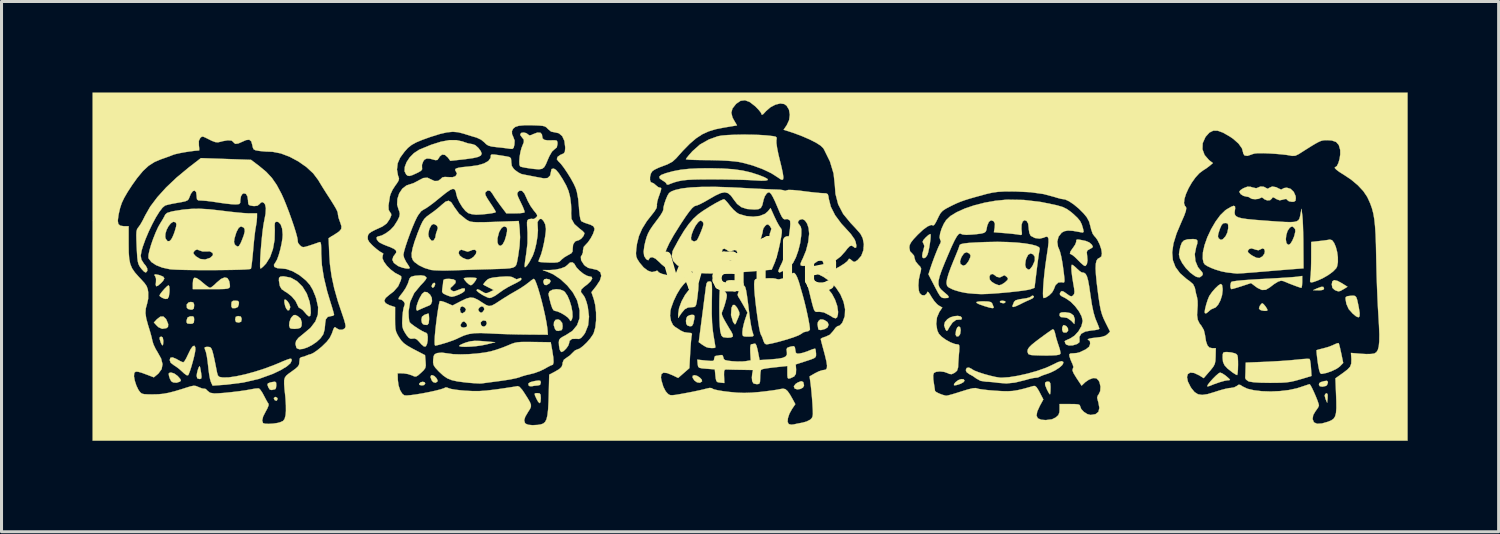
<source format=kicad_pcb>
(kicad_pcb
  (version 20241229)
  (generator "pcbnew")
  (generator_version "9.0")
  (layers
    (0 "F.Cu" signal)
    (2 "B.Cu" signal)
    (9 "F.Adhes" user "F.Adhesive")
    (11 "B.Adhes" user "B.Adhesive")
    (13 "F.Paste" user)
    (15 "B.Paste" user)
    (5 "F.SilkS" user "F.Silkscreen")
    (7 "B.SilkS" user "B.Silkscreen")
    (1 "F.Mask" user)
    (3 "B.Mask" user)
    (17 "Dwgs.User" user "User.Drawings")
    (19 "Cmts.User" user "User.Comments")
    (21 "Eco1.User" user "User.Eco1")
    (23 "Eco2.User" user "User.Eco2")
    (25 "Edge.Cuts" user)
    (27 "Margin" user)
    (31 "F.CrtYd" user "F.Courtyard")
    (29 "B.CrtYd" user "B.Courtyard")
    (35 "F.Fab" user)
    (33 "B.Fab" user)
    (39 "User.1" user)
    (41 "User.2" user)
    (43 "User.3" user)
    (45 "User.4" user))
  (footprint "wafle"
    (layer "F.Cu")
    (at 21.68 5.72)
    (property "Reference" "wafle" (at 0 0 0) (layer "F.SilkS") (effects (font (size 1.524 1.524) (thickness 0.3))))
    (attr through_hole)
    (fp_poly (pts (xy 19.043 4.244) (xy 19.04 4.367) (xy 19.025 4.508) (xy 18.972 4.385) (xy 18.943 4.272) (xy 18.963 4.219) (xy 19.016 4.193) (xy 19.043 4.244)) (stroke (width 0.01) (type solid)) (fill yes) (layer "F.SilkS"))
    (fp_poly (pts (xy -15.586 4.352) (xy -15.579 4.381) (xy -15.604 4.44) (xy -15.663 4.429) (xy -15.677 4.417) (xy -15.704 4.355) (xy -15.66 4.319) (xy -15.642 4.318) (xy -15.586 4.352)) (stroke (width 0.01) (type solid)) (fill yes) (layer "F.SilkS"))
    (fp_poly (pts (xy -10.728 3.834) (xy -10.71 3.871) (xy -10.747 3.924) (xy -10.82 3.937) (xy -10.9 3.92) (xy -10.912 3.884) (xy -10.865 3.834) (xy -10.791 3.817) (xy -10.728 3.834)) (stroke (width 0.01) (type solid)) (fill yes) (layer "F.SilkS"))
    (fp_poly (pts (xy 8.397 1.157) (xy 8.424 1.185) (xy 8.389 1.22) (xy 8.342 1.228) (xy 8.261 1.208) (xy 8.234 1.185) (xy 8.249 1.154) (xy 8.316 1.143) (xy 8.397 1.157)) (stroke (width 0.01) (type solid)) (fill yes) (layer "F.SilkS"))
    (fp_poly (pts (xy -10.389 0.561) (xy -10.385 0.614) (xy -10.415 0.682) (xy -10.458 0.719) (xy -10.461 0.72) (xy -10.495 0.685) (xy -10.499 0.659) (xy -10.475 0.594) (xy -10.425 0.555) (xy -10.389 0.561)) (stroke (width 0.01) (type solid)) (fill yes) (layer "F.SilkS"))
    (fp_poly (pts (xy 18.9 0.689) (xy 18.923 0.741) (xy 18.923 0.741) (xy 18.898 0.783) (xy 18.813 0.8) (xy 18.743 0.801) (xy 18.563 0.797) (xy 18.69 0.739) (xy 18.825 0.688) (xy 18.9 0.689)) (stroke (width 0.01) (type solid)) (fill yes) (layer "F.SilkS"))
    (fp_poly (pts (xy -19.363 2.36) (xy -19.346 2.463) (xy -19.346 2.477) (xy -19.354 2.589) (xy -19.376 2.618) (xy -19.412 2.564) (xy -19.432 2.516) (xy -19.468 2.401) (xy -19.461 2.344) (xy -19.41 2.328) (xy -19.363 2.36)) (stroke (width 0.01) (type solid)) (fill yes) (layer "F.SilkS"))
    (fp_poly (pts (xy -10.412 3.627) (xy -10.344 3.694) (xy -10.304 3.768) (xy -10.307 3.807) (xy -10.372 3.85) (xy -10.45 3.827) (xy -10.497 3.77) (xy -10.538 3.662) (xy -10.517 3.605) (xy -10.484 3.598) (xy -10.412 3.627)) (stroke (width 0.01) (type solid)) (fill yes) (layer "F.SilkS"))
    (fp_poly (pts (xy 10.427 1.982) (xy 10.481 2.06) (xy 10.484 2.137) (xy 10.425 2.194) (xy 10.344 2.193) (xy 10.315 2.173) (xy 10.288 2.107) (xy 10.292 2.022) (xy 10.321 1.959) (xy 10.345 1.947) (xy 10.427 1.982)) (stroke (width 0.01) (type solid)) (fill yes) (layer "F.SilkS"))
    (fp_poly (pts (xy -18.361 1.199) (xy -18.333 1.256) (xy -18.33 1.312) (xy -18.342 1.403) (xy -18.39 1.436) (xy -18.437 1.439) (xy -18.528 1.417) (xy -18.569 1.376) (xy -18.575 1.27) (xy -18.512 1.201) (xy -18.437 1.185) (xy -18.361 1.199)) (stroke (width 0.01) (type solid)) (fill yes) (layer "F.SilkS"))
    (fp_poly (pts (xy -6.612 0.445) (xy -6.575 0.498) (xy -6.61 0.565) (xy -6.627 0.578) (xy -6.712 0.629) (xy -6.768 0.623) (xy -6.787 0.607) (xy -6.812 0.545) (xy -6.816 0.501) (xy -6.786 0.438) (xy -6.712 0.423) (xy -6.612 0.445)) (stroke (width 0.01) (type solid)) (fill yes) (layer "F.SilkS"))
    (fp_poly (pts (xy -1.743 3.623) (xy -1.656 3.68) (xy -1.594 3.747) (xy -1.583 3.803) (xy -1.584 3.804) (xy -1.654 3.849) (xy -1.75 3.835) (xy -1.835 3.775) (xy -1.896 3.682) (xy -1.892 3.619) (xy -1.831 3.599) (xy -1.743 3.623)) (stroke (width 0.01) (type solid)) (fill yes) (layer "F.SilkS"))
    (fp_poly (pts (xy -0.486 0.472) (xy -0.433 0.498) (xy -0.446 0.557) (xy -0.489 0.626) (xy -0.574 0.706) (xy -0.66 0.703) (xy -0.734 0.642) (xy -0.797 0.552) (xy -0.786 0.496) (xy -0.699 0.469) (xy -0.614 0.466) (xy -0.486 0.472)) (stroke (width 0.01) (type solid)) (fill yes) (layer "F.SilkS"))
    (fp_poly (pts (xy 6.927 2.026) (xy 6.943 2.113) (xy 6.929 2.224) (xy 6.917 2.261) (xy 6.867 2.319) (xy 6.808 2.32) (xy 6.775 2.267) (xy 6.774 2.254) (xy 6.791 2.12) (xy 6.832 2.024) (xy 6.884 1.99) (xy 6.927 2.026)) (stroke (width 0.01) (type solid)) (fill yes) (layer "F.SilkS"))
    (fp_poly (pts (xy -19.26 1.744) (xy -19.242 1.776) (xy -19.185 1.916) (xy -19.191 2.006) (xy -19.244 2.049) (xy -19.383 2.071) (xy -19.505 2.018) (xy -19.558 1.968) (xy -19.657 1.863) (xy -19.558 1.757) (xy -19.444 1.669) (xy -19.344 1.665) (xy -19.26 1.744)) (stroke (width 0.01) (type solid)) (fill yes) (layer "F.SilkS"))
    (fp_poly (pts (xy -18.365 1.659) (xy -18.334 1.702) (xy -18.33 1.775) (xy -18.34 1.866) (xy -18.388 1.901) (xy -18.46 1.905) (xy -18.55 1.896) (xy -18.58 1.854) (xy -18.577 1.789) (xy -18.546 1.698) (xy -18.466 1.661) (xy -18.447 1.659) (xy -18.365 1.659)) (stroke (width 0.01) (type solid)) (fill yes) (layer "F.SilkS"))
    (fp_poly (pts (xy -16.883 1.152) (xy -16.853 1.194) (xy -16.856 1.259) (xy -16.887 1.35) (xy -16.967 1.387) (xy -16.986 1.389) (xy -17.068 1.389) (xy -17.099 1.346) (xy -17.103 1.273) (xy -17.093 1.182) (xy -17.045 1.147) (xy -16.973 1.143) (xy -16.883 1.152)) (stroke (width 0.01) (type solid)) (fill yes) (layer "F.SilkS"))
    (fp_poly (pts (xy -16.789 1.668) (xy -16.764 1.737) (xy -16.764 1.757) (xy -16.781 1.837) (xy -16.85 1.862) (xy -16.87 1.863) (xy -16.95 1.845) (xy -16.975 1.776) (xy -16.976 1.757) (xy -16.958 1.676) (xy -16.889 1.651) (xy -16.87 1.651) (xy -16.789 1.668)) (stroke (width 0.01) (type solid)) (fill yes) (layer "F.SilkS"))
    (fp_poly (pts (xy -15.304 1.113) (xy -15.246 1.169) (xy -15.193 1.252) (xy -15.164 1.338) (xy -15.164 1.369) (xy -15.195 1.454) (xy -15.243 1.463) (xy -15.295 1.4) (xy -15.329 1.315) (xy -15.354 1.202) (xy -15.355 1.124) (xy -15.349 1.111) (xy -15.304 1.113)) (stroke (width 0.01) (type solid)) (fill yes) (layer "F.SilkS"))
    (fp_poly (pts (xy -6.938 4.2) (xy -6.908 4.244) (xy -6.9 4.346) (xy -6.9 4.36) (xy -6.91 4.483) (xy -6.938 4.522) (xy -6.986 4.479) (xy -7.041 4.38) (xy -7.092 4.268) (xy -7.104 4.212) (xy -7.073 4.193) (xy -7.006 4.191) (xy -6.938 4.2)) (stroke (width 0.01) (type solid)) (fill yes) (layer "F.SilkS"))
    (fp_poly (pts (xy 1.752 3.825) (xy 1.777 3.926) (xy 1.777 3.943) (xy 1.742 4.009) (xy 1.656 4.054) (xy 1.555 4.068) (xy 1.473 4.041) (xy 1.468 4.036) (xy 1.442 3.966) (xy 1.499 3.889) (xy 1.573 3.84) (xy 1.685 3.797) (xy 1.752 3.825)) (stroke (width 0.01) (type solid)) (fill yes) (layer "F.SilkS"))
    (fp_poly (pts (xy 7.037 3.733) (xy 7.07 3.778) (xy 7.07 3.78) (xy 7.034 3.83) (xy 6.946 3.88) (xy 6.929 3.886) (xy 6.789 3.93) (xy 6.722 3.931) (xy 6.725 3.891) (xy 6.773 3.831) (xy 6.863 3.763) (xy 6.959 3.729) (xy 7.037 3.733)) (stroke (width 0.01) (type solid)) (fill yes) (layer "F.SilkS"))
    (fp_poly (pts (xy 19.048 3.817) (xy 19.05 3.847) (xy 19.019 3.927) (xy 18.983 3.954) (xy 18.869 3.979) (xy 18.784 3.964) (xy 18.754 3.918) (xy 18.764 3.864) (xy 18.812 3.829) (xy 18.918 3.798) (xy 18.934 3.794) (xy 19.018 3.784) (xy 19.048 3.817)) (stroke (width 0.01) (type solid)) (fill yes) (layer "F.SilkS"))
    (fp_poly (pts (xy 16.931 1.259) (xy 16.991 1.331) (xy 17.042 1.41) (xy 17.06 1.459) (xy 17.025 1.478) (xy 16.946 1.479) (xy 16.858 1.463) (xy 16.813 1.444) (xy 16.777 1.397) (xy 16.802 1.321) (xy 16.803 1.318) (xy 16.854 1.248) (xy 16.888 1.228) (xy 16.931 1.259)) (stroke (width 0.01) (type solid)) (fill yes) (layer "F.SilkS"))
    (fp_poly (pts (xy 19.37 0.492) (xy 19.522 0.575) (xy 19.695 0.685) (xy 19.562 0.766) (xy 19.462 0.822) (xy 19.394 0.836) (xy 19.318 0.811) (xy 19.272 0.789) (xy 19.199 0.722) (xy 19.177 0.606) (xy 19.177 0.604) (xy 19.197 0.503) (xy 19.26 0.466) (xy 19.37 0.492)) (stroke (width 0.01) (type solid)) (fill yes) (layer "F.SilkS"))
    (fp_poly (pts (xy -18.984 3.545) (xy -18.874 3.626) (xy -18.858 3.643) (xy -18.784 3.728) (xy -18.767 3.778) (xy -18.797 3.811) (xy -18.908 3.848) (xy -19.021 3.838) (xy -19.084 3.799) (xy -19.127 3.719) (xy -19.157 3.63) (xy -19.169 3.547) (xy -19.134 3.517) (xy -19.084 3.514) (xy -18.984 3.545)) (stroke (width 0.01) (type solid)) (fill yes) (layer "F.SilkS"))
    (fp_poly (pts (xy -18.144 3.307) (xy -18.13 3.355) (xy -18.111 3.458) (xy -18.1 3.524) (xy -18.086 3.645) (xy -18.094 3.705) (xy -18.13 3.724) (xy -18.158 3.725) (xy -18.227 3.701) (xy -18.246 3.622) (xy -18.235 3.533) (xy -18.21 3.432) (xy -18.179 3.346) (xy -18.152 3.305) (xy -18.144 3.307)) (stroke (width 0.01) (type solid)) (fill yes) (layer "F.SilkS"))
    (fp_poly (pts (xy -15.627 3.843) (xy -15.621 3.932) (xy -15.632 4.023) (xy -15.658 4.064) (xy -15.66 4.064) (xy -15.731 4.078) (xy -15.765 4.089) (xy -15.833 4.076) (xy -15.881 4.004) (xy -15.913 3.917) (xy -15.896 3.869) (xy -15.817 3.839) (xy -15.755 3.826) (xy -15.663 3.814) (xy -15.627 3.843)) (stroke (width 0.01) (type solid)) (fill yes) (layer "F.SilkS"))
    (fp_poly (pts (xy -10.591 1.604) (xy -10.584 1.7) (xy -10.583 1.757) (xy -10.596 1.887) (xy -10.642 1.944) (xy -10.731 1.938) (xy -10.784 1.919) (xy -10.822 1.866) (xy -10.837 1.773) (xy -10.816 1.67) (xy -10.738 1.611) (xy -10.729 1.608) (xy -10.643 1.577) (xy -10.602 1.566) (xy -10.591 1.604)) (stroke (width 0.01) (type solid)) (fill yes) (layer "F.SilkS"))
    (fp_poly (pts (xy -6.915 3.786) (xy -6.901 3.83) (xy -6.9 3.849) (xy -6.926 3.92) (xy -6.996 3.938) (xy -7.118 3.949) (xy -7.181 3.962) (xy -7.265 3.962) (xy -7.303 3.937) (xy -7.311 3.877) (xy -7.249 3.83) (xy -7.109 3.794) (xy -7.08 3.789) (xy -6.968 3.775) (xy -6.915 3.786)) (stroke (width 0.01) (type solid)) (fill yes) (layer "F.SilkS"))
    (fp_poly (pts (xy -6.269 1.786) (xy -6.196 1.876) (xy -6.181 1.979) (xy -6.191 2.073) (xy -6.217 2.116) (xy -6.22 2.117) (xy -6.291 2.131) (xy -6.322 2.141) (xy -6.392 2.128) (xy -6.431 2.08) (xy -6.473 1.953) (xy -6.464 1.846) (xy -6.414 1.775) (xy -6.332 1.76) (xy -6.269 1.786)) (stroke (width 0.01) (type solid)) (fill yes) (layer "F.SilkS"))
    (fp_poly (pts (xy -1.853 1.616) (xy -1.832 1.656) (xy -1.842 1.75) (xy -1.845 1.767) (xy -1.877 1.908) (xy -1.918 1.977) (xy -1.981 1.988) (xy -2.064 1.962) (xy -2.104 1.906) (xy -2.115 1.809) (xy -2.096 1.71) (xy -2.066 1.659) (xy -1.985 1.619) (xy -1.916 1.609) (xy -1.853 1.616)) (stroke (width 0.01) (type solid)) (fill yes) (layer "F.SilkS"))
    (fp_poly (pts (xy 2.386 1.763) (xy 2.449 1.782) (xy 2.552 1.848) (xy 2.588 1.935) (xy 2.556 2.021) (xy 2.474 2.075) (xy 2.334 2.113) (xy 2.258 2.098) (xy 2.244 2.057) (xy 2.23 1.96) (xy 2.224 1.94) (xy 2.231 1.864) (xy 2.26 1.81) (xy 2.313 1.763) (xy 2.386 1.763)) (stroke (width 0.01) (type solid)) (fill yes) (layer "F.SilkS"))
    (fp_poly (pts (xy 9.873 3.822) (xy 9.898 3.871) (xy 9.906 3.979) (xy 9.906 4.022) (xy 9.902 4.142) (xy 9.893 4.219) (xy 9.886 4.233) (xy 9.857 4.199) (xy 9.808 4.112) (xy 9.781 4.058) (xy 9.727 3.924) (xy 9.726 3.846) (xy 9.78 3.813) (xy 9.824 3.81) (xy 9.873 3.822)) (stroke (width 0.01) (type solid)) (fill yes) (layer "F.SilkS"))
    (fp_poly (pts (xy -19.495 0.295) (xy -19.461 0.305) (xy -19.348 0.352) (xy -19.312 0.409) (xy -19.352 0.489) (xy -19.423 0.564) (xy -19.524 0.65) (xy -19.58 0.668) (xy -19.597 0.617) (xy -19.588 0.534) (xy -19.585 0.422) (xy -19.609 0.347) (xy -19.612 0.344) (xy -19.644 0.292) (xy -19.603 0.275) (xy -19.495 0.295)) (stroke (width 0.01) (type solid)) (fill yes) (layer "F.SilkS"))
    (fp_poly (pts (xy -19.15 0.673) (xy -19.141 0.773) (xy -19.143 0.857) (xy -19.163 1.006) (xy -19.206 1.079) (xy -19.284 1.086) (xy -19.378 1.05) (xy -19.45 1.005) (xy -19.473 0.977) (xy -19.447 0.924) (xy -19.382 0.839) (xy -19.301 0.746) (xy -19.224 0.67) (xy -19.174 0.635) (xy -19.172 0.635) (xy -19.15 0.673)) (stroke (width 0.01) (type solid)) (fill yes) (layer "F.SilkS"))
    (fp_poly (pts (xy -14.914 1.652) (xy -14.819 1.735) (xy -14.782 1.86) (xy -14.788 1.976) (xy -14.824 2.037) (xy -14.906 2.063) (xy -15.018 2.073) (xy -15.121 2.065) (xy -15.169 2.046) (xy -15.198 1.967) (xy -15.188 1.851) (xy -15.146 1.734) (xy -15.116 1.687) (xy -15.052 1.622) (xy -14.996 1.614) (xy -14.914 1.652)) (stroke (width 0.01) (type solid)) (fill yes) (layer "F.SilkS"))
    (fp_poly (pts (xy 10.556 1.551) (xy 10.664 1.629) (xy 10.705 1.751) (xy 10.703 1.799) (xy 10.689 1.913) (xy 10.587 1.803) (xy 10.455 1.712) (xy 10.343 1.693) (xy 10.244 1.683) (xy 10.206 1.642) (xy 10.202 1.609) (xy 10.215 1.555) (xy 10.269 1.53) (xy 10.384 1.524) (xy 10.386 1.524) (xy 10.556 1.551)) (stroke (width 0.01) (type solid)) (fill yes) (layer "F.SilkS"))
    (fp_poly (pts (xy -9.108 0.385) (xy -9.031 0.396) (xy -9.017 0.404) (xy -9.043 0.468) (xy -9.102 0.55) (xy -9.167 0.616) (xy -9.205 0.635) (xy -9.268 0.607) (xy -9.347 0.538) (xy -9.348 0.537) (xy -9.412 0.46) (xy -9.44 0.411) (xy -9.44 0.41) (xy -9.402 0.393) (xy -9.305 0.383) (xy -9.229 0.381) (xy -9.108 0.385)) (stroke (width 0.01) (type solid)) (fill yes) (layer "F.SilkS"))
    (fp_poly (pts (xy -8.911 2.47) (xy -8.773 2.481) (xy -8.403 2.513) (xy -8.7 2.587) (xy -8.855 2.618) (xy -9.03 2.642) (xy -9.207 2.657) (xy -9.37 2.664) (xy -9.499 2.661) (xy -9.577 2.648) (xy -9.591 2.628) (xy -9.539 2.593) (xy -9.435 2.547) (xy -9.354 2.518) (xy -9.221 2.482) (xy -9.083 2.467) (xy -8.911 2.47)) (stroke (width 0.01) (type solid)) (fill yes) (layer "F.SilkS"))
    (fp_poly (pts (xy 7.845 1.17) (xy 7.938 1.19) (xy 7.977 1.227) (xy 7.978 1.228) (xy 8.015 1.319) (xy 8.026 1.344) (xy 8.029 1.381) (xy 7.986 1.389) (xy 7.886 1.369) (xy 7.717 1.319) (xy 7.717 1.319) (xy 7.55 1.26) (xy 7.467 1.216) (xy 7.466 1.186) (xy 7.549 1.169) (xy 7.683 1.164) (xy 7.845 1.17)) (stroke (width 0.01) (type solid)) (fill yes) (layer "F.SilkS"))
    (fp_poly (pts (xy -10.646 0.864) (xy -10.552 0.942) (xy -10.495 1.047) (xy -10.486 1.163) (xy -10.523 1.26) (xy -10.578 1.301) (xy -10.66 1.333) (xy -10.78 1.384) (xy -10.899 1.437) (xy -10.975 1.472) (xy -10.999 1.45) (xy -11.006 1.39) (xy -10.988 1.297) (xy -10.943 1.165) (xy -10.902 1.069) (xy -10.817 0.92) (xy -10.735 0.853) (xy -10.646 0.864)) (stroke (width 0.01) (type solid)) (fill yes) (layer "F.SilkS"))
    (fp_poly (pts (xy -0.507 1.285) (xy -0.435 1.366) (xy -0.406 1.416) (xy -0.358 1.52) (xy -0.352 1.598) (xy -0.389 1.696) (xy -0.391 1.702) (xy -0.44 1.814) (xy -0.473 1.899) (xy -0.475 1.905) (xy -0.501 1.924) (xy -0.547 1.866) (xy -0.565 1.833) (xy -0.629 1.619) (xy -0.614 1.387) (xy -0.608 1.365) (xy -0.566 1.285) (xy -0.507 1.285)) (stroke (width 0.01) (type solid)) (fill yes) (layer "F.SilkS"))
    (fp_poly (pts (xy 19.945 0.988) (xy 19.985 1.03) (xy 20.016 1.118) (xy 20.048 1.267) (xy 20.068 1.366) (xy 20.097 1.55) (xy 20.094 1.658) (xy 20.056 1.693) (xy 19.979 1.66) (xy 19.872 1.573) (xy 19.736 1.421) (xy 19.659 1.249) (xy 19.63 1.079) (xy 19.638 1.024) (xy 19.693 0.995) (xy 19.796 0.982) (xy 19.886 0.977) (xy 19.945 0.988)) (stroke (width 0.01) (type solid)) (fill yes) (layer "F.SilkS"))
    (fp_poly (pts (xy 6.941 1.662) (xy 6.984 1.711) (xy 6.985 1.719) (xy 6.958 1.769) (xy 6.903 1.766) (xy 6.789 1.778) (xy 6.674 1.864) (xy 6.569 2.017) (xy 6.567 2.021) (xy 6.516 2.115) (xy 6.484 2.142) (xy 6.454 2.11) (xy 6.44 2.085) (xy 6.396 1.956) (xy 6.424 1.847) (xy 6.504 1.755) (xy 6.604 1.692) (xy 6.726 1.655) (xy 6.847 1.644) (xy 6.941 1.662)) (stroke (width 0.01) (type solid)) (fill yes) (layer "F.SilkS"))
    (fp_poly (pts (xy 15.566 3.54) (xy 15.665 3.605) (xy 15.707 3.639) (xy 15.794 3.716) (xy 15.822 3.753) (xy 15.794 3.765) (xy 15.748 3.767) (xy 15.643 3.785) (xy 15.487 3.829) (xy 15.308 3.891) (xy 15.145 3.956) (xy 15.084 3.97) (xy 15.071 3.96) (xy 15.099 3.903) (xy 15.171 3.812) (xy 15.266 3.707) (xy 15.366 3.608) (xy 15.45 3.537) (xy 15.496 3.514) (xy 15.566 3.54)) (stroke (width 0.01) (type solid)) (fill yes) (layer "F.SilkS"))
    (fp_poly (pts (xy 9.348 0.99) (xy 9.356 1.017) (xy 9.32 1.061) (xy 9.239 1.104) (xy 9.133 1.149) (xy 8.993 1.215) (xy 8.923 1.251) (xy 8.764 1.326) (xy 8.673 1.352) (xy 8.645 1.329) (xy 8.654 1.302) (xy 8.69 1.215) (xy 8.703 1.18) (xy 8.755 1.131) (xy 8.877 1.097) (xy 8.977 1.083) (xy 9.115 1.061) (xy 9.215 1.034) (xy 9.251 1.014) (xy 9.302 0.976) (xy 9.348 0.99)) (stroke (width 0.01) (type solid)) (fill yes) (layer "F.SilkS"))
    (fp_poly (pts (xy -1.718 0.568) (xy -1.701 0.645) (xy -1.711 0.794) (xy -1.737 1.02) (xy -1.758 1.175) (xy -1.779 1.273) (xy -1.805 1.327) (xy -1.84 1.35) (xy -1.888 1.355) (xy -1.905 1.355) (xy -2.049 1.369) (xy -2.155 1.426) (xy -2.254 1.542) (xy -2.267 1.56) (xy -2.371 1.713) (xy -2.371 1.58) (xy -2.341 1.385) (xy -2.259 1.164) (xy -2.139 0.946) (xy -1.994 0.759) (xy -1.988 0.752) (xy -1.855 0.622) (xy -1.767 0.56) (xy -1.718 0.568)) (stroke (width 0.01) (type solid)) (fill yes) (layer "F.SilkS"))
    (fp_poly (pts (xy 5.947 -1.052) (xy 5.954 -0.999) (xy 5.947 -0.888) (xy 5.928 -0.744) (xy 5.902 -0.591) (xy 5.873 -0.455) (xy 5.847 -0.37) (xy 5.793 -0.288) (xy 5.731 -0.256) (xy 5.684 -0.28) (xy 5.673 -0.332) (xy 5.686 -0.427) (xy 5.719 -0.545) (xy 5.719 -0.545) (xy 5.745 -0.656) (xy 5.722 -0.731) (xy 5.712 -0.744) (xy 5.688 -0.795) (xy 5.711 -0.853) (xy 5.791 -0.942) (xy 5.791 -0.942) (xy 5.875 -1.017) (xy 5.935 -1.053) (xy 5.947 -1.052)) (stroke (width 0.01) (type solid)) (fill yes) (layer "F.SilkS"))
    (fp_poly (pts (xy 15.561 0.629) (xy 15.578 0.741) (xy 15.579 0.798) (xy 15.559 0.966) (xy 15.507 1.131) (xy 15.433 1.272) (xy 15.349 1.365) (xy 15.294 1.389) (xy 15.198 1.43) (xy 15.132 1.484) (xy 15.052 1.553) (xy 15 1.56) (xy 14.986 1.522) (xy 15.001 1.418) (xy 15.037 1.272) (xy 15.085 1.121) (xy 15.134 1.001) (xy 15.149 0.974) (xy 15.232 0.856) (xy 15.333 0.74) (xy 15.43 0.647) (xy 15.506 0.597) (xy 15.523 0.593) (xy 15.561 0.629)) (stroke (width 0.01) (type solid)) (fill yes) (layer "F.SilkS"))
    (fp_poly (pts (xy 15.861 2.849) (xy 15.978 2.878) (xy 16.032 2.903) (xy 16.064 2.941) (xy 16.08 3.012) (xy 16.086 3.134) (xy 16.087 3.259) (xy 16.083 3.416) (xy 16.073 3.534) (xy 16.06 3.593) (xy 16.055 3.596) (xy 16.003 3.572) (xy 15.914 3.515) (xy 15.894 3.501) (xy 15.736 3.376) (xy 15.64 3.27) (xy 15.592 3.16) (xy 15.579 3.028) (xy 15.579 3.027) (xy 15.582 2.91) (xy 15.603 2.854) (xy 15.66 2.838) (xy 15.724 2.836) (xy 15.861 2.849)) (stroke (width 0.01) (type solid)) (fill yes) (layer "F.SilkS"))
    (fp_poly (pts (xy -17.233 0.398) (xy -17.177 0.49) (xy -17.171 0.513) (xy -17.153 0.609) (xy -17.149 0.676) (xy -17.171 0.72) (xy -17.231 0.746) (xy -17.341 0.758) (xy -17.512 0.762) (xy -17.756 0.762) (xy -18.373 0.762) (xy -18.373 0.572) (xy -18.362 0.446) (xy -18.324 0.388) (xy -18.252 0.397) (xy -18.138 0.472) (xy -18.045 0.55) (xy -17.935 0.641) (xy -17.846 0.702) (xy -17.804 0.72) (xy -17.749 0.691) (xy -17.66 0.619) (xy -17.59 0.55) (xy -17.445 0.428) (xy -17.324 0.377) (xy -17.233 0.398)) (stroke (width 0.01) (type solid)) (fill yes) (layer "F.SilkS"))
    (fp_poly (pts (xy 19.187 -0.851) (xy 19.254 -0.763) (xy 19.311 -0.629) (xy 19.354 -0.465) (xy 19.378 -0.292) (xy 19.379 -0.127) (xy 19.354 0.011) (xy 19.323 0.075) (xy 19.219 0.182) (xy 19.062 0.298) (xy 18.876 0.405) (xy 18.71 0.479) (xy 18.569 0.529) (xy 18.491 0.542) (xy 18.462 0.513) (xy 18.466 0.436) (xy 18.472 0.392) (xy 18.483 0.286) (xy 18.492 0.12) (xy 18.497 -0.084) (xy 18.499 -0.28) (xy 18.5 -0.793) (xy 18.764 -0.823) (xy 18.919 -0.841) (xy 19.049 -0.86) (xy 19.113 -0.872) (xy 19.187 -0.851)) (stroke (width 0.01) (type solid)) (fill yes) (layer "F.SilkS"))
    (fp_poly (pts (xy -6.26 0.777) (xy -6.145 0.825) (xy -6.105 0.858) (xy -6.021 0.981) (xy -5.949 1.149) (xy -5.892 1.337) (xy -5.859 1.52) (xy -5.854 1.675) (xy -5.877 1.764) (xy -5.914 1.817) (xy -5.938 1.796) (xy -5.949 1.769) (xy -6.005 1.701) (xy -6.112 1.621) (xy -6.239 1.547) (xy -6.359 1.495) (xy -6.425 1.482) (xy -6.477 1.462) (xy -6.522 1.392) (xy -6.568 1.257) (xy -6.576 1.228) (xy -6.613 1.084) (xy -6.639 0.967) (xy -6.646 0.912) (xy -6.61 0.834) (xy -6.517 0.784) (xy -6.393 0.764) (xy -6.26 0.777)) (stroke (width 0.01) (type solid)) (fill yes) (layer "F.SilkS"))
    (fp_poly (pts (xy 14.707 -0.877) (xy 14.75 -0.832) (xy 14.743 -0.738) (xy 14.708 -0.629) (xy 14.661 -0.394) (xy 14.681 -0.166) (xy 14.764 0.034) (xy 14.828 0.115) (xy 14.905 0.205) (xy 14.928 0.265) (xy 14.903 0.316) (xy 14.828 0.372) (xy 14.736 0.364) (xy 14.668 0.332) (xy 14.515 0.221) (xy 14.369 0.072) (xy 14.247 -0.095) (xy 14.165 -0.257) (xy 14.139 -0.379) (xy 14.15 -0.472) (xy 14.177 -0.603) (xy 14.189 -0.652) (xy 14.235 -0.771) (xy 14.306 -0.844) (xy 14.421 -0.879) (xy 14.601 -0.889) (xy 14.608 -0.889) (xy 14.707 -0.877)) (stroke (width 0.01) (type solid)) (fill yes) (layer "F.SilkS"))
    (fp_poly (pts (xy -15.378 0.34) (xy -15.149 0.383) (xy -14.94 0.499) (xy -14.759 0.677) (xy -14.617 0.907) (xy -14.523 1.176) (xy -14.49 1.381) (xy -14.483 1.553) (xy -14.503 1.646) (xy -14.549 1.66) (xy -14.623 1.597) (xy -14.666 1.545) (xy -14.747 1.454) (xy -14.817 1.402) (xy -14.835 1.397) (xy -14.888 1.361) (xy -14.918 1.294) (xy -14.987 1.151) (xy -15.111 1.004) (xy -15.265 0.881) (xy -15.324 0.847) (xy -15.444 0.764) (xy -15.503 0.66) (xy -15.509 0.632) (xy -15.535 0.479) (xy -15.531 0.391) (xy -15.488 0.351) (xy -15.4 0.34) (xy -15.378 0.34)) (stroke (width 0.01) (type solid)) (fill yes) (layer "F.SilkS"))
    (fp_poly (pts (xy 19.404 2.542) (xy 19.421 2.59) (xy 19.449 2.699) (xy 19.482 2.848) (xy 19.489 2.878) (xy 19.554 3.195) (xy 19.443 3.311) (xy 19.338 3.387) (xy 19.183 3.462) (xy 19.014 3.523) (xy 18.864 3.554) (xy 18.829 3.556) (xy 18.794 3.527) (xy 18.762 3.435) (xy 18.73 3.271) (xy 18.715 3.172) (xy 18.693 3.002) (xy 18.679 2.868) (xy 18.674 2.789) (xy 18.676 2.776) (xy 18.722 2.76) (xy 18.824 2.733) (xy 18.902 2.714) (xy 19.058 2.67) (xy 19.203 2.615) (xy 19.249 2.593) (xy 19.343 2.552) (xy 19.4 2.54) (xy 19.404 2.542)) (stroke (width 0.01) (type solid)) (fill yes) (layer "F.SilkS"))
    (fp_poly (pts (xy 10.018 2.111) (xy 10.05 2.197) (xy 10.057 2.23) (xy 10.09 2.366) (xy 10.14 2.531) (xy 10.169 2.616) (xy 10.212 2.749) (xy 10.233 2.854) (xy 10.231 2.895) (xy 10.192 2.923) (xy 10.093 2.94) (xy 9.924 2.949) (xy 9.794 2.951) (xy 9.6 2.95) (xy 9.428 2.945) (xy 9.301 2.938) (xy 9.26 2.934) (xy 9.174 2.903) (xy 9.147 2.832) (xy 9.146 2.802) (xy 9.159 2.742) (xy 9.202 2.677) (xy 9.286 2.595) (xy 9.423 2.484) (xy 9.543 2.394) (xy 9.703 2.276) (xy 9.84 2.178) (xy 9.939 2.11) (xy 9.983 2.084) (xy 10.018 2.111)) (stroke (width 0.01) (type solid)) (fill yes) (layer "F.SilkS"))
    (fp_poly (pts (xy -18.294 2.674) (xy -18.288 2.743) (xy -18.3 2.838) (xy -18.33 2.98) (xy -18.373 3.148) (xy -18.421 3.318) (xy -18.469 3.466) (xy -18.51 3.57) (xy -18.53 3.603) (xy -18.58 3.599) (xy -18.663 3.539) (xy -18.707 3.497) (xy -18.828 3.389) (xy -18.957 3.295) (xy -18.99 3.276) (xy -19.101 3.192) (xy -19.135 3.102) (xy -19.112 3.025) (xy -19.041 3.012) (xy -18.918 3.063) (xy -18.871 3.09) (xy -18.769 3.145) (xy -18.695 3.174) (xy -18.686 3.175) (xy -18.648 3.139) (xy -18.591 3.044) (xy -18.527 2.91) (xy -18.522 2.9) (xy -18.445 2.743) (xy -18.378 2.651) (xy -18.325 2.627) (xy -18.294 2.674)) (stroke (width 0.01) (type solid)) (fill yes) (layer "F.SilkS"))
    (fp_poly (pts (xy 10.931 -0.854) (xy 11.068 -0.825) (xy 11.179 -0.779) (xy 11.267 -0.703) (xy 11.302 -0.631) (xy 11.269 -0.598) (xy 11.194 -0.556) (xy 11.124 -0.515) (xy 11.1 -0.458) (xy 11.11 -0.353) (xy 11.112 -0.34) (xy 11.124 -0.185) (xy 11.105 -0.067) (xy 11.06 -0.005) (xy 11.039 0) (xy 10.987 -0.029) (xy 10.9 -0.104) (xy 10.814 -0.191) (xy 10.713 -0.291) (xy 10.63 -0.36) (xy 10.589 -0.381) (xy 10.544 -0.407) (xy 10.563 -0.481) (xy 10.641 -0.594) (xy 10.647 -0.6) (xy 10.716 -0.703) (xy 10.752 -0.795) (xy 10.753 -0.808) (xy 10.755 -0.851) (xy 10.774 -0.872) (xy 10.827 -0.873) (xy 10.931 -0.854)) (stroke (width 0.01) (type solid)) (fill yes) (layer "F.SilkS"))
    (fp_poly (pts (xy 18.434 3.062) (xy 18.448 3.067) (xy 18.464 3.12) (xy 18.481 3.232) (xy 18.492 3.359) (xy 18.509 3.625) (xy 18.13 3.739) (xy 17.965 3.785) (xy 17.821 3.817) (xy 17.675 3.837) (xy 17.502 3.848) (xy 17.281 3.851) (xy 17.141 3.852) (xy 16.831 3.847) (xy 16.604 3.833) (xy 16.462 3.811) (xy 16.425 3.798) (xy 16.349 3.742) (xy 16.324 3.692) (xy 16.327 3.623) (xy 16.332 3.501) (xy 16.334 3.413) (xy 16.341 3.185) (xy 17.007 3.158) (xy 17.274 3.144) (xy 17.546 3.128) (xy 17.797 3.109) (xy 17.999 3.09) (xy 18.048 3.085) (xy 18.217 3.068) (xy 18.353 3.06) (xy 18.434 3.062)) (stroke (width 0.01) (type solid)) (fill yes) (layer "F.SilkS"))
    (fp_poly (pts (xy -9.779 0.44) (xy -9.707 0.487) (xy -9.713 0.56) (xy -9.799 0.651) (xy -9.872 0.717) (xy -9.884 0.759) (xy -9.846 0.801) (xy -9.789 0.833) (xy -9.718 0.826) (xy -9.608 0.783) (xy -9.481 0.738) (xy -9.409 0.741) (xy -9.401 0.791) (xy -9.421 0.832) (xy -9.484 0.882) (xy -9.594 0.939) (xy -9.719 0.988) (xy -9.823 1.013) (xy -9.842 1.014) (xy -9.907 0.997) (xy -10.01 0.958) (xy -10.028 0.951) (xy -10.121 0.903) (xy -10.155 0.848) (xy -10.148 0.75) (xy -10.145 0.73) (xy -10.127 0.605) (xy -10.118 0.507) (xy -10.118 0.497) (xy -10.101 0.45) (xy -10.037 0.428) (xy -9.926 0.423) (xy -9.779 0.44)) (stroke (width 0.01) (type solid)) (fill yes) (layer "F.SilkS"))
    (fp_poly (pts (xy -1.307 0.51) (xy -1.283 0.525) (xy -1.267 0.565) (xy -1.259 0.642) (xy -1.256 0.768) (xy -1.258 0.955) (xy -1.262 1.192) (xy -1.264 1.57) (xy -1.253 1.883) (xy -1.227 2.149) (xy -1.21 2.266) (xy -1.181 2.439) (xy -1.158 2.579) (xy -1.145 2.665) (xy -1.143 2.683) (xy -1.179 2.702) (xy -1.264 2.705) (xy -1.364 2.696) (xy -1.441 2.675) (xy -1.524 2.628) (xy -1.6 2.578) (xy -1.693 2.511) (xy -1.586 1.689) (xy -1.551 1.422) (xy -1.519 1.171) (xy -1.491 0.955) (xy -1.469 0.788) (xy -1.457 0.689) (xy -1.456 0.688) (xy -1.435 0.572) (xy -1.399 0.52) (xy -1.341 0.508) (xy -1.307 0.51)) (stroke (width 0.01) (type solid)) (fill yes) (layer "F.SilkS"))
    (fp_poly (pts (xy -0.161 0.695) (xy -0.133 0.796) (xy -0.105 0.962) (xy -0.073 1.198) (xy -0.043 1.439) (xy -0.005 1.737) (xy 0.031 1.963) (xy 0.065 2.127) (xy 0.101 2.243) (xy 0.105 2.254) (xy 0.113 2.3) (xy 0.076 2.322) (xy -0.024 2.328) (xy -0.059 2.328) (xy -0.178 2.325) (xy -0.235 2.305) (xy -0.253 2.25) (xy -0.254 2.179) (xy -0.24 2.055) (xy -0.204 1.895) (xy -0.171 1.782) (xy -0.087 1.534) (xy -0.214 1.307) (xy -0.291 1.173) (xy -0.357 1.062) (xy -0.391 1.009) (xy -0.412 0.948) (xy -0.388 0.87) (xy -0.336 0.787) (xy -0.277 0.704) (xy -0.23 0.656) (xy -0.192 0.651) (xy -0.161 0.695)) (stroke (width 0.01) (type solid)) (fill yes) (layer "F.SilkS"))
    (fp_poly (pts (xy 2.009 0.444) (xy 2.137 0.499) (xy 2.284 0.574) (xy 2.427 0.656) (xy 2.539 0.732) (xy 2.572 0.76) (xy 2.697 0.915) (xy 2.801 1.111) (xy 2.873 1.319) (xy 2.901 1.511) (xy 2.895 1.598) (xy 2.868 1.691) (xy 2.822 1.725) (xy 2.744 1.702) (xy 2.616 1.623) (xy 2.608 1.618) (xy 2.426 1.527) (xy 2.28 1.509) (xy 2.219 1.512) (xy 2.174 1.511) (xy 2.14 1.493) (xy 2.11 1.447) (xy 2.08 1.361) (xy 2.043 1.225) (xy 1.994 1.027) (xy 1.951 0.849) (xy 1.904 0.659) (xy 1.877 0.536) (xy 1.869 0.465) (xy 1.878 0.433) (xy 1.904 0.424) (xy 1.927 0.423) (xy 2.009 0.444)) (stroke (width 0.01) (type solid)) (fill yes) (layer "F.SilkS"))
    (fp_poly (pts (xy -0.931 0.748) (xy -0.855 0.816) (xy -0.846 0.826) (xy -0.79 0.893) (xy -0.767 0.954) (xy -0.775 1.041) (xy -0.802 1.154) (xy -0.844 1.302) (xy -0.889 1.43) (xy -0.91 1.478) (xy -0.933 1.543) (xy -0.927 1.613) (xy -0.885 1.711) (xy -0.828 1.816) (xy -0.743 1.962) (xy -0.664 2.095) (xy -0.618 2.168) (xy -0.574 2.259) (xy -0.569 2.324) (xy -0.57 2.326) (xy -0.632 2.357) (xy -0.743 2.365) (xy -0.874 2.348) (xy -0.894 2.343) (xy -0.945 2.292) (xy -0.98 2.167) (xy -0.989 2.104) (xy -1 1.965) (xy -1.009 1.785) (xy -1.013 1.578) (xy -1.015 1.362) (xy -1.013 1.154) (xy -1.008 0.969) (xy -1.001 0.825) (xy -0.99 0.738) (xy -0.981 0.72) (xy -0.931 0.748)) (stroke (width 0.01) (type solid)) (fill yes) (layer "F.SilkS"))
    (fp_poly (pts (xy -0.901 -3.214) (xy -0.554 -3.19) (xy -0.252 -3.148) (xy 0.024 -3.085) (xy 0.293 -2.998) (xy 0.472 -2.927) (xy 0.57 -2.873) (xy 0.585 -2.837) (xy 0.517 -2.816) (xy 0.367 -2.812) (xy 0.142 -2.824) (xy -0.044 -2.834) (xy -0.294 -2.843) (xy -0.585 -2.85) (xy -0.896 -2.855) (xy -1.206 -2.857) (xy -1.249 -2.857) (xy -1.584 -2.856) (xy -1.849 -2.851) (xy -2.059 -2.84) (xy -2.229 -2.822) (xy -2.373 -2.794) (xy -2.507 -2.756) (xy -2.644 -2.705) (xy -2.699 -2.682) (xy -2.746 -2.687) (xy -2.752 -2.705) (xy -2.786 -2.753) (xy -2.868 -2.81) (xy -2.879 -2.815) (xy -2.977 -2.883) (xy -2.995 -2.944) (xy -2.93 -3.002) (xy -2.783 -3.059) (xy -2.537 -3.126) (xy -2.285 -3.174) (xy -2.007 -3.204) (xy -1.683 -3.22) (xy -1.312 -3.223) (xy -0.901 -3.214)) (stroke (width 0.01) (type solid)) (fill yes) (layer "F.SilkS"))
    (fp_poly (pts (xy 18.203 0.524) (xy 18.197 0.639) (xy 18.182 0.71) (xy 18.172 0.72) (xy 18.119 0.705) (xy 18.012 0.668) (xy 17.876 0.617) (xy 17.735 0.562) (xy 17.614 0.511) (xy 17.584 0.498) (xy 17.505 0.484) (xy 17.407 0.515) (xy 17.276 0.596) (xy 17.131 0.707) (xy 17.002 0.784) (xy 16.875 0.79) (xy 16.732 0.724) (xy 16.671 0.681) (xy 16.515 0.563) (xy 16.211 0.663) (xy 16.06 0.711) (xy 15.94 0.746) (xy 15.873 0.762) (xy 15.869 0.762) (xy 15.842 0.727) (xy 15.834 0.648) (xy 15.848 0.562) (xy 15.865 0.525) (xy 15.917 0.508) (xy 16.048 0.489) (xy 16.249 0.469) (xy 16.516 0.45) (xy 16.84 0.43) (xy 16.891 0.428) (xy 17.182 0.412) (xy 17.454 0.396) (xy 17.692 0.381) (xy 17.881 0.367) (xy 18.008 0.356) (xy 18.045 0.352) (xy 18.203 0.328) (xy 18.203 0.524)) (stroke (width 0.01) (type solid)) (fill yes) (layer "F.SilkS"))
    (fp_poly (pts (xy -7.931 0.347) (xy -7.846 0.364) (xy -7.786 0.395) (xy -7.698 0.438) (xy -7.633 0.416) (xy -7.632 0.416) (xy -7.57 0.39) (xy -7.539 0.416) (xy -7.551 0.458) (xy -7.6 0.495) (xy -7.703 0.554) (xy -7.82 0.612) (xy -7.98 0.694) (xy -8.132 0.786) (xy -8.213 0.843) (xy -8.399 0.976) (xy -8.538 1.045) (xy -8.601 1.054) (xy -8.669 1.031) (xy -8.777 0.979) (xy -8.837 0.945) (xy -8.941 0.877) (xy -9.006 0.821) (xy -9.017 0.801) (xy -8.997 0.766) (xy -8.931 0.784) (xy -8.833 0.842) (xy -8.743 0.892) (xy -8.67 0.893) (xy -8.583 0.856) (xy -8.454 0.792) (xy -8.619 0.708) (xy -8.722 0.655) (xy -8.788 0.619) (xy -8.797 0.613) (xy -8.78 0.579) (xy -8.723 0.508) (xy -8.71 0.494) (xy -8.649 0.44) (xy -8.575 0.404) (xy -8.464 0.38) (xy -8.296 0.361) (xy -8.247 0.357) (xy -8.057 0.345) (xy -7.931 0.347)) (stroke (width 0.01) (type solid)) (fill yes) (layer "F.SilkS"))
    (fp_poly (pts (xy -7.38 -4.381) (xy -7.327 -4.343) (xy -7.28 -4.306) (xy -7.216 -4.317) (xy -7.163 -4.343) (xy -7.017 -4.398) (xy -6.914 -4.395) (xy -6.862 -4.336) (xy -6.858 -4.299) (xy -6.842 -4.21) (xy -6.785 -4.16) (xy -6.67 -4.142) (xy -6.554 -4.144) (xy -6.432 -4.146) (xy -6.372 -4.132) (xy -6.352 -4.086) (xy -6.35 -4.023) (xy -6.373 -3.911) (xy -6.449 -3.848) (xy -6.53 -3.774) (xy -6.618 -3.622) (xy -6.672 -3.499) (xy -6.735 -3.35) (xy -6.791 -3.255) (xy -6.86 -3.204) (xy -6.961 -3.188) (xy -7.113 -3.199) (xy -7.271 -3.219) (xy -7.417 -3.242) (xy -7.531 -3.266) (xy -7.582 -3.284) (xy -7.605 -3.341) (xy -7.609 -3.455) (xy -7.598 -3.602) (xy -7.572 -3.756) (xy -7.536 -3.892) (xy -7.511 -3.954) (xy -7.46 -4.082) (xy -7.461 -4.167) (xy -7.514 -4.233) (xy -7.568 -4.305) (xy -7.578 -4.344) (xy -7.544 -4.389) (xy -7.467 -4.401) (xy -7.38 -4.381)) (stroke (width 0.01) (type solid)) (fill yes) (layer "F.SilkS"))
    (fp_poly (pts (xy 0.029 -4.33) (xy 0.292 -4.322) (xy 0.527 -4.307) (xy 0.606 -4.299) (xy 0.757 -4.282) (xy 0.842 -4.264) (xy 0.875 -4.235) (xy 0.876 -4.187) (xy 0.868 -4.151) (xy 0.868 -4.054) (xy 0.891 -3.891) (xy 0.934 -3.677) (xy 0.972 -3.522) (xy 1.038 -3.252) (xy 1.079 -3.057) (xy 1.097 -2.928) (xy 1.088 -2.858) (xy 1.054 -2.84) (xy 0.994 -2.866) (xy 0.926 -2.914) (xy 0.697 -3.06) (xy 0.407 -3.197) (xy 0.082 -3.316) (xy -0.255 -3.407) (xy -0.382 -3.433) (xy -0.543 -3.453) (xy -0.766 -3.471) (xy -1.028 -3.483) (xy -1.307 -3.49) (xy -1.408 -3.491) (xy -1.642 -3.493) (xy -1.844 -3.498) (xy -1.999 -3.505) (xy -2.094 -3.514) (xy -2.117 -3.521) (xy -2.09 -3.564) (xy -2.02 -3.651) (xy -1.92 -3.764) (xy -1.902 -3.784) (xy -1.652 -4.006) (xy -1.353 -4.174) (xy -1.058 -4.279) (xy -0.934 -4.301) (xy -0.745 -4.317) (xy -0.508 -4.327) (xy -0.244 -4.332) (xy 0.029 -4.33)) (stroke (width 0.01) (type solid)) (fill yes) (layer "F.SilkS"))
    (fp_poly (pts (xy -17.827 2.67) (xy -17.791 2.685) (xy -17.76 2.724) (xy -17.73 2.797) (xy -17.698 2.915) (xy -17.659 3.088) (xy -17.611 3.327) (xy -17.574 3.514) (xy -17.546 3.61) (xy -17.497 3.656) (xy -17.395 3.674) (xy -17.376 3.676) (xy -17.187 3.672) (xy -16.938 3.635) (xy -16.646 3.572) (xy -16.328 3.485) (xy -16.001 3.38) (xy -15.681 3.26) (xy -15.582 3.219) (xy -15.385 3.135) (xy -15.252 3.083) (xy -15.172 3.058) (xy -15.13 3.059) (xy -15.115 3.082) (xy -15.113 3.114) (xy -15.154 3.205) (xy -15.277 3.312) (xy -15.478 3.433) (xy -15.733 3.555) (xy -16.195 3.722) (xy -16.715 3.842) (xy -17.279 3.913) (xy -17.317 3.915) (xy -17.721 3.944) (xy -17.776 3.824) (xy -17.805 3.728) (xy -17.834 3.574) (xy -17.858 3.392) (xy -17.865 3.323) (xy -17.886 3.137) (xy -17.911 2.97) (xy -17.937 2.85) (xy -17.945 2.823) (xy -17.982 2.723) (xy -17.978 2.678) (xy -17.922 2.667) (xy -17.872 2.667) (xy -17.827 2.67)) (stroke (width 0.01) (type solid)) (fill yes) (layer "F.SilkS"))
    (fp_poly (pts (xy -9.474 -4.104) (xy -9.426 -4.085) (xy -9.297 -4.043) (xy -9.182 -4.022) (xy -9.17 -4.022) (xy -9.062 -3.985) (xy -8.957 -3.891) (xy -8.879 -3.786) (xy -8.85 -3.706) (xy -8.876 -3.644) (xy -8.965 -3.597) (xy -9.122 -3.56) (xy -9.354 -3.527) (xy -9.461 -3.514) (xy -9.884 -3.468) (xy -9.962 -3.576) (xy -10.059 -3.663) (xy -10.155 -3.674) (xy -10.235 -3.608) (xy -10.254 -3.574) (xy -10.307 -3.497) (xy -10.377 -3.49) (xy -10.39 -3.494) (xy -10.552 -3.538) (xy -10.659 -3.544) (xy -10.73 -3.51) (xy -10.772 -3.459) (xy -10.818 -3.339) (xy -10.817 -3.254) (xy -10.813 -3.19) (xy -10.85 -3.139) (xy -10.943 -3.085) (xy -10.997 -3.059) (xy -11.139 -2.995) (xy -11.229 -2.969) (xy -11.288 -2.977) (xy -11.337 -3.014) (xy -11.392 -3.124) (xy -11.385 -3.265) (xy -11.326 -3.422) (xy -11.223 -3.579) (xy -11.084 -3.72) (xy -10.919 -3.829) (xy -10.89 -3.843) (xy -10.514 -3.997) (xy -10.194 -4.098) (xy -9.92 -4.149) (xy -9.684 -4.15) (xy -9.474 -4.104)) (stroke (width 0.01) (type solid)) (fill yes) (layer "F.SilkS"))
    (fp_poly (pts (xy 10.322 3.159) (xy 10.329 3.191) (xy 10.293 3.263) (xy 10.196 3.35) (xy 10.058 3.439) (xy 9.899 3.516) (xy 9.796 3.554) (xy 9.666 3.597) (xy 9.572 3.636) (xy 9.541 3.653) (xy 9.478 3.677) (xy 9.417 3.683) (xy 9.328 3.695) (xy 9.19 3.726) (xy 9.053 3.765) (xy 8.73 3.844) (xy 8.447 3.872) (xy 8.191 3.852) (xy 8.016 3.83) (xy 7.833 3.815) (xy 7.782 3.814) (xy 7.597 3.786) (xy 7.464 3.713) (xy 7.347 3.63) (xy 7.23 3.566) (xy 7.228 3.566) (xy 7.136 3.497) (xy 7.112 3.43) (xy 7.141 3.361) (xy 7.213 3.348) (xy 7.306 3.393) (xy 7.322 3.407) (xy 7.403 3.452) (xy 7.543 3.506) (xy 7.72 3.563) (xy 7.909 3.615) (xy 8.089 3.657) (xy 8.236 3.68) (xy 8.287 3.683) (xy 8.536 3.666) (xy 8.833 3.618) (xy 9.151 3.547) (xy 9.465 3.458) (xy 9.748 3.359) (xy 9.974 3.256) (xy 9.978 3.254) (xy 10.153 3.168) (xy 10.267 3.136) (xy 10.322 3.159)) (stroke (width 0.01) (type solid)) (fill yes) (layer "F.SilkS"))
    (fp_poly (pts (xy 17.345 -2.598) (xy 17.418 -2.559) (xy 17.508 -2.52) (xy 17.546 -2.538) (xy 17.604 -2.57) (xy 17.695 -2.582) (xy 17.82 -2.544) (xy 17.923 -2.445) (xy 17.984 -2.309) (xy 17.992 -2.238) (xy 17.981 -2.152) (xy 17.93 -2.12) (xy 17.863 -2.117) (xy 17.766 -2.134) (xy 17.712 -2.175) (xy 17.678 -2.212) (xy 17.604 -2.201) (xy 17.57 -2.189) (xy 17.461 -2.166) (xy 17.363 -2.201) (xy 17.339 -2.216) (xy 17.26 -2.262) (xy 17.221 -2.257) (xy 17.203 -2.224) (xy 17.145 -2.171) (xy 17.051 -2.163) (xy 16.959 -2.199) (xy 16.932 -2.224) (xy 16.871 -2.264) (xy 16.834 -2.245) (xy 16.761 -2.214) (xy 16.653 -2.203) (xy 16.55 -2.212) (xy 16.489 -2.243) (xy 16.489 -2.244) (xy 16.43 -2.278) (xy 16.37 -2.287) (xy 16.263 -2.313) (xy 16.172 -2.372) (xy 16.129 -2.444) (xy 16.129 -2.45) (xy 16.164 -2.498) (xy 16.25 -2.556) (xy 16.279 -2.57) (xy 16.397 -2.615) (xy 16.494 -2.613) (xy 16.563 -2.591) (xy 16.685 -2.564) (xy 16.739 -2.583) (xy 16.827 -2.621) (xy 16.937 -2.613) (xy 17.01 -2.574) (xy 17.067 -2.545) (xy 17.111 -2.574) (xy 17.214 -2.621) (xy 17.345 -2.598)) (stroke (width 0.01) (type solid)) (fill yes) (layer "F.SilkS"))
    (fp_poly (pts (xy 1.498 0.273) (xy 1.504 0.281) (xy 1.549 0.365) (xy 1.599 0.497) (xy 1.629 0.593) (xy 1.674 0.754) (xy 1.718 0.907) (xy 1.737 0.974) (xy 1.786 1.155) (xy 1.836 1.36) (xy 1.883 1.569) (xy 1.924 1.767) (xy 1.954 1.933) (xy 1.971 2.052) (xy 1.972 2.103) (xy 1.917 2.148) (xy 1.856 2.159) (xy 1.757 2.187) (xy 1.669 2.247) (xy 1.598 2.286) (xy 1.466 2.337) (xy 1.291 2.396) (xy 1.095 2.455) (xy 0.898 2.509) (xy 0.721 2.552) (xy 0.583 2.578) (xy 0.527 2.582) (xy 0.475 2.546) (xy 0.44 2.466) (xy 0.397 2.339) (xy 0.353 2.253) (xy 0.329 2.18) (xy 0.299 2.04) (xy 0.267 1.85) (xy 0.234 1.626) (xy 0.202 1.386) (xy 0.174 1.147) (xy 0.151 0.925) (xy 0.138 0.738) (xy 0.134 0.603) (xy 0.134 0.592) (xy 0.144 0.484) (xy 0.175 0.435) (xy 0.252 0.419) (xy 0.293 0.418) (xy 0.436 0.412) (xy 0.6 0.404) (xy 0.635 0.403) (xy 0.761 0.405) (xy 0.853 0.42) (xy 0.872 0.43) (xy 0.947 0.441) (xy 1.067 0.414) (xy 1.206 0.356) (xy 1.325 0.285) (xy 1.408 0.232) (xy 1.455 0.228) (xy 1.498 0.273)) (stroke (width 0.01) (type solid)) (fill yes) (layer "F.SilkS"))
    (fp_poly (pts (xy -10.73 0.327) (xy -10.671 0.377) (xy -10.668 0.396) (xy -10.697 0.451) (xy -10.771 0.541) (xy -10.864 0.637) (xy -11.075 0.893) (xy -11.207 1.178) (xy -11.259 1.488) (xy -11.26 1.536) (xy -11.254 1.684) (xy -11.241 1.801) (xy -11.225 1.853) (xy -11.169 1.908) (xy -11.066 1.985) (xy -10.94 2.068) (xy -10.816 2.142) (xy -10.719 2.19) (xy -10.68 2.201) (xy -10.644 2.239) (xy -10.627 2.333) (xy -10.631 2.46) (xy -10.652 2.572) (xy -10.692 2.65) (xy -10.752 2.654) (xy -10.838 2.582) (xy -10.892 2.519) (xy -10.985 2.421) (xy -11.063 2.388) (xy -11.104 2.392) (xy -11.186 2.399) (xy -11.253 2.367) (xy -11.325 2.282) (xy -11.385 2.188) (xy -11.435 2.095) (xy -11.462 2.004) (xy -11.471 1.887) (xy -11.465 1.718) (xy -11.463 1.689) (xy -11.448 1.524) (xy -11.426 1.39) (xy -11.401 1.311) (xy -11.395 1.303) (xy -11.382 1.241) (xy -11.422 1.167) (xy -11.492 1.113) (xy -11.542 1.101) (xy -11.587 1.093) (xy -11.589 1.06) (xy -11.545 0.989) (xy -11.455 0.875) (xy -11.36 0.735) (xy -11.285 0.585) (xy -11.264 0.523) (xy -11.229 0.414) (xy -11.18 0.358) (xy -11.089 0.33) (xy -11.027 0.32) (xy -10.853 0.307) (xy -10.73 0.327)) (stroke (width 0.01) (type solid)) (fill yes) (layer "F.SilkS"))
    (fp_poly (pts (xy -7.154 2.505) (xy -7.142 2.505) (xy -6.573 2.513) (xy -6.525 2.775) (xy -6.488 3.012) (xy -6.48 3.17) (xy -6.499 3.25) (xy -6.519 3.26) (xy -6.576 3.28) (xy -6.678 3.333) (xy -6.762 3.382) (xy -6.924 3.462) (xy -7.114 3.531) (xy -7.216 3.557) (xy -7.377 3.595) (xy -7.525 3.638) (xy -7.597 3.665) (xy -7.689 3.693) (xy -7.844 3.726) (xy -8.038 3.76) (xy -8.234 3.789) (xy -8.442 3.816) (xy -8.628 3.841) (xy -8.771 3.86) (xy -8.848 3.871) (xy -8.933 3.872) (xy -9.08 3.865) (xy -9.264 3.851) (xy -9.398 3.837) (xy -9.647 3.805) (xy -9.835 3.763) (xy -9.983 3.703) (xy -10.114 3.614) (xy -10.252 3.488) (xy -10.279 3.46) (xy -10.381 3.349) (xy -10.434 3.265) (xy -10.451 3.179) (xy -10.448 3.089) (xy -10.433 2.97) (xy -10.397 2.908) (xy -10.322 2.873) (xy -10.308 2.869) (xy -10.159 2.856) (xy -9.967 2.882) (xy -9.96 2.883) (xy -9.785 2.907) (xy -9.551 2.914) (xy -9.284 2.907) (xy -9.009 2.886) (xy -8.75 2.853) (xy -8.557 2.816) (xy -8.371 2.762) (xy -8.16 2.689) (xy -7.998 2.624) (xy -7.877 2.572) (xy -7.776 2.537) (xy -7.674 2.516) (xy -7.55 2.505) (xy -7.383 2.503) (xy -7.154 2.505)) (stroke (width 0.01) (type solid)) (fill yes) (layer "F.SilkS"))
    (fp_poly (pts (xy -5.788 -0.066) (xy -5.78 -0.046) (xy -5.722 0.05) (xy -5.619 0.157) (xy -5.497 0.255) (xy -5.38 0.321) (xy -5.313 0.339) (xy -5.224 0.359) (xy -5.206 0.415) (xy -5.256 0.5) (xy -5.37 0.609) (xy -5.478 0.69) (xy -5.568 0.776) (xy -5.577 0.859) (xy -5.505 0.951) (xy -5.449 1.037) (xy -5.393 1.187) (xy -5.352 1.342) (xy -5.311 1.669) (xy -5.34 1.957) (xy -5.438 2.202) (xy -5.488 2.276) (xy -5.569 2.369) (xy -5.64 2.405) (xy -5.736 2.4) (xy -5.737 2.4) (xy -5.873 2.404) (xy -5.951 2.466) (xy -5.969 2.55) (xy -5.997 2.628) (xy -6.064 2.721) (xy -6.145 2.801) (xy -6.213 2.836) (xy -6.216 2.836) (xy -6.256 2.801) (xy -6.281 2.741) (xy -6.3 2.626) (xy -6.306 2.519) (xy -6.297 2.441) (xy -6.255 2.383) (xy -6.164 2.325) (xy -6.087 2.286) (xy -5.857 2.138) (xy -5.703 1.95) (xy -5.624 1.725) (xy -5.62 1.463) (xy -5.692 1.168) (xy -5.715 1.107) (xy -5.841 0.874) (xy -6.026 0.644) (xy -6.248 0.437) (xy -6.483 0.278) (xy -6.611 0.219) (xy -6.837 0.132) (xy -6.625 0.135) (xy -6.429 0.122) (xy -6.247 0.084) (xy -6.101 0.028) (xy -6.014 -0.04) (xy -6.007 -0.05) (xy -5.938 -0.114) (xy -5.853 -0.12) (xy -5.788 -0.066)) (stroke (width 0.01) (type solid)) (fill yes) (layer "F.SilkS"))
    (fp_poly (pts (xy 10.665 -0.014) (xy 10.745 0.056) (xy 10.774 0.085) (xy 10.861 0.164) (xy 10.929 0.209) (xy 10.943 0.212) (xy 11.01 0.223) (xy 11.064 0.264) (xy 11.107 0.345) (xy 11.144 0.479) (xy 11.18 0.675) (xy 11.217 0.932) (xy 11.268 1.268) (xy 11.322 1.529) (xy 11.381 1.727) (xy 11.407 1.791) (xy 11.463 1.924) (xy 11.502 2.026) (xy 11.515 2.07) (xy 11.476 2.092) (xy 11.376 2.112) (xy 11.254 2.125) (xy 11.052 2.161) (xy 10.918 2.233) (xy 10.857 2.336) (xy 10.861 2.431) (xy 10.859 2.51) (xy 10.79 2.567) (xy 10.774 2.574) (xy 10.637 2.616) (xy 10.51 2.62) (xy 10.42 2.588) (xy 10.397 2.558) (xy 10.375 2.493) (xy 10.372 2.478) (xy 10.407 2.455) (xy 10.495 2.415) (xy 10.538 2.398) (xy 10.691 2.301) (xy 10.826 2.154) (xy 10.924 1.984) (xy 10.964 1.817) (xy 10.964 1.807) (xy 10.931 1.663) (xy 10.843 1.495) (xy 10.716 1.326) (xy 10.568 1.176) (xy 10.413 1.069) (xy 10.397 1.06) (xy 10.275 0.998) (xy 10.218 0.951) (xy 10.213 0.905) (xy 10.241 0.852) (xy 10.277 0.825) (xy 10.338 0.845) (xy 10.433 0.911) (xy 10.532 0.981) (xy 10.592 1.001) (xy 10.638 0.979) (xy 10.651 0.966) (xy 10.684 0.919) (xy 10.694 0.85) (xy 10.683 0.737) (xy 10.664 0.631) (xy 10.623 0.382) (xy 10.598 0.182) (xy 10.591 0.04) (xy 10.602 -0.034) (xy 10.614 -0.042) (xy 10.665 -0.014)) (stroke (width 0.01) (type solid)) (fill yes) (layer "F.SilkS"))
    (fp_poly (pts (xy 8.485 -0.79) (xy 8.785 -0.773) (xy 9.049 -0.746) (xy 9.267 -0.71) (xy 9.43 -0.667) (xy 9.527 -0.619) (xy 9.55 -0.566) (xy 9.549 -0.564) (xy 9.536 -0.503) (xy 9.516 -0.375) (xy 9.491 -0.196) (xy 9.463 0.018) (xy 9.452 0.106) (xy 9.377 0.719) (xy 9.25 0.765) (xy 9.155 0.787) (xy 8.994 0.812) (xy 8.785 0.838) (xy 8.546 0.864) (xy 8.295 0.887) (xy 8.05 0.906) (xy 7.83 0.92) (xy 7.652 0.926) (xy 7.599 0.926) (xy 7.404 0.916) (xy 7.194 0.897) (xy 7.1 0.885) (xy 6.923 0.849) (xy 6.744 0.796) (xy 6.666 0.766) (xy 6.552 0.709) (xy 6.496 0.656) (xy 6.478 0.579) (xy 6.477 0.527) (xy 6.495 0.42) (xy 6.518 0.342) (xy 7.89 0.342) (xy 7.902 0.446) (xy 7.962 0.518) (xy 8.069 0.586) (xy 8.183 0.629) (xy 8.221 0.633) (xy 8.299 0.608) (xy 8.397 0.544) (xy 8.411 0.532) (xy 8.486 0.461) (xy 8.503 0.415) (xy 8.468 0.365) (xy 8.456 0.354) (xy 8.39 0.305) (xy 8.336 0.325) (xy 8.332 0.33) (xy 8.232 0.378) (xy 8.127 0.354) (xy 8.086 0.318) (xy 8.005 0.263) (xy 7.932 0.276) (xy 7.89 0.342) (xy 6.518 0.342) (xy 6.543 0.254) (xy 6.618 0.048) (xy 6.689 -0.127) (xy 6.702 -0.159) (xy 6.922 -0.159) (xy 6.928 -0.088) (xy 6.947 -0.058) (xy 7.027 -0.009) (xy 7.101 -0.037) (xy 9.068 -0.037) (xy 9.092 0.051) (xy 9.101 0.063) (xy 9.165 0.118) (xy 9.224 0.106) (xy 9.293 0.022) (xy 9.314 -0.011) (xy 9.386 -0.174) (xy 9.385 -0.305) (xy 9.331 -0.384) (xy 9.245 -0.415) (xy 9.167 -0.369) (xy 9.106 -0.252) (xy 9.085 -0.176) (xy 9.068 -0.037) (xy 7.101 -0.037) (xy 7.112 -0.041) (xy 7.196 -0.151) (xy 7.213 -0.184) (xy 7.26 -0.29) (xy 7.267 -0.353) (xy 7.236 -0.402) (xy 7.226 -0.412) (xy 7.139 -0.456) (xy 7.053 -0.419) (xy 6.974 -0.304) (xy 6.96 -0.272) (xy 6.922 -0.159) (xy 6.702 -0.159) (xy 6.768 -0.319) (xy 6.835 -0.483) (xy 6.881 -0.604) (xy 6.9 -0.666) (xy 6.9 -0.668) (xy 6.915 -0.7) (xy 6.966 -0.725) (xy 7.062 -0.745) (xy 7.213 -0.762) (xy 7.427 -0.775) (xy 7.714 -0.788) (xy 7.814 -0.791) (xy 8.158 -0.797) (xy 8.485 -0.79)) (stroke (width 0.01) (type solid)) (fill yes) (layer "F.SilkS"))
    (fp_poly (pts (xy -9.856 -2.104) (xy -9.771 -1.977) (xy -9.762 -1.958) (xy -9.595 -1.725) (xy -9.36 -1.533) (xy -9.273 -1.482) (xy -9.214 -1.462) (xy -9.119 -1.449) (xy -8.979 -1.443) (xy -8.78 -1.444) (xy -8.512 -1.452) (xy -8.398 -1.456) (xy -7.627 -1.484) (xy -7.597 -1.208) (xy -7.584 -0.949) (xy -7.6 -0.663) (xy -7.647 -0.329) (xy -7.67 -0.203) (xy -7.689 -0.106) (xy -7.712 -0.033) (xy -7.752 0.019) (xy -7.819 0.053) (xy -7.925 0.075) (xy -8.082 0.088) (xy -8.303 0.097) (xy -8.554 0.104) (xy -8.845 0.112) (xy -9.174 0.122) (xy -9.5 0.133) (xy -9.758 0.143) (xy -9.99 0.149) (xy -10.208 0.148) (xy -10.388 0.142) (xy -10.511 0.131) (xy -10.526 0.128) (xy -10.733 0.065) (xy -10.921 -0.026) (xy -11.065 -0.131) (xy -11.117 -0.192) (xy -11.154 -0.287) (xy -11.158 -0.417) (xy -11.157 -0.422) (xy -9.61 -0.422) (xy -9.573 -0.346) (xy -9.482 -0.273) (xy -9.365 -0.224) (xy -9.295 -0.213) (xy -9.207 -0.24) (xy -9.115 -0.304) (xy -9.037 -0.405) (xy -9.023 -0.488) (xy -9.066 -0.535) (xy -9.157 -0.53) (xy -9.212 -0.506) (xy -9.308 -0.473) (xy -9.401 -0.499) (xy -9.415 -0.506) (xy -9.524 -0.538) (xy -9.591 -0.501) (xy -9.61 -0.422) (xy -11.157 -0.422) (xy -11.126 -0.591) (xy -11.072 -0.77) (xy -8.329 -0.77) (xy -8.289 -0.686) (xy -8.223 -0.664) (xy -8.155 -0.718) (xy -8.09 -0.841) (xy -8.043 -0.997) (xy -8.013 -1.143) (xy -8.012 -1.231) (xy -8.037 -1.281) (xy -8.11 -1.307) (xy -8.189 -1.26) (xy -8.26 -1.148) (xy -8.281 -1.098) (xy -8.328 -0.915) (xy -8.329 -0.77) (xy -11.072 -0.77) (xy -11.057 -0.82) (xy -10.97 -1.058) (xy -10.609 -1.058) (xy -10.597 -0.97) (xy -10.562 -0.904) (xy -10.504 -0.835) (xy -10.454 -0.834) (xy -10.432 -0.849) (xy -10.38 -0.932) (xy -10.372 -0.977) (xy -10.354 -1.073) (xy -10.322 -1.164) (xy -10.294 -1.255) (xy -10.321 -1.321) (xy -10.34 -1.341) (xy -10.426 -1.388) (xy -10.503 -1.354) (xy -10.566 -1.242) (xy -10.584 -1.184) (xy -10.609 -1.058) (xy -10.97 -1.058) (xy -10.95 -1.112) (xy -10.935 -1.15) (xy -10.859 -1.338) (xy -10.797 -1.467) (xy -10.737 -1.557) (xy -10.663 -1.63) (xy -10.561 -1.705) (xy -10.542 -1.718) (xy -10.392 -1.827) (xy -10.248 -1.944) (xy -10.165 -2.018) (xy -10.038 -2.123) (xy -9.94 -2.152) (xy -9.856 -2.104)) (stroke (width 0.01) (type solid)) (fill yes) (layer "F.SilkS"))
    (fp_poly (pts (xy -17.844 -1.871) (xy -17.491 -1.832) (xy -17.428 -1.824) (xy -17.176 -1.793) (xy -16.932 -1.767) (xy -16.719 -1.747) (xy -16.557 -1.737) (xy -16.507 -1.736) (xy -16.256 -1.736) (xy -16.257 -1.598) (xy -16.268 -1.462) (xy -16.292 -1.31) (xy -16.296 -1.291) (xy -16.314 -1.186) (xy -16.335 -1.018) (xy -16.358 -0.808) (xy -16.379 -0.579) (xy -16.383 -0.529) (xy -16.403 -0.313) (xy -16.423 -0.128) (xy -16.441 0.01) (xy -16.456 0.085) (xy -16.46 0.093) (xy -16.512 0.104) (xy -16.636 0.114) (xy -16.819 0.122) (xy -17.05 0.128) (xy -17.315 0.132) (xy -17.602 0.135) (xy -17.898 0.136) (xy -18.191 0.135) (xy -18.468 0.132) (xy -18.717 0.127) (xy -18.926 0.12) (xy -19.08 0.111) (xy -19.141 0.104) (xy -19.381 0.052) (xy -19.585 -0.029) (xy -19.738 -0.13) (xy -19.827 -0.244) (xy -19.837 -0.274) (xy -19.834 -0.367) (xy -19.817 -0.447) (xy -18.355 -0.447) (xy -18.344 -0.399) (xy -18.277 -0.324) (xy -18.274 -0.321) (xy -18.132 -0.233) (xy -17.969 -0.214) (xy -17.813 -0.265) (xy -17.775 -0.291) (xy -17.711 -0.356) (xy -17.711 -0.407) (xy -17.732 -0.438) (xy -17.818 -0.485) (xy -17.913 -0.479) (xy -18.05 -0.48) (xy -18.144 -0.51) (xy -18.229 -0.544) (xy -18.289 -0.523) (xy -18.316 -0.498) (xy -18.355 -0.447) (xy -19.817 -0.447) (xy -19.802 -0.517) (xy -19.748 -0.703) (xy -19.716 -0.794) (xy -17.015 -0.794) (xy -16.993 -0.718) (xy -16.967 -0.686) (xy -16.906 -0.642) (xy -16.855 -0.658) (xy -16.801 -0.743) (xy -16.769 -0.815) (xy -16.695 -1.006) (xy -16.661 -1.137) (xy -16.667 -1.223) (xy -16.7 -1.27) (xy -16.784 -1.305) (xy -16.858 -1.262) (xy -16.926 -1.137) (xy -16.949 -1.075) (xy -17 -0.906) (xy -17.015 -0.794) (xy -19.716 -0.794) (xy -19.677 -0.906) (xy -19.66 -0.948) (xy -19.282 -0.948) (xy -19.264 -0.894) (xy -19.204 -0.816) (xy -19.142 -0.821) (xy -19.088 -0.873) (xy -19.043 -0.952) (xy -18.991 -1.078) (xy -18.961 -1.169) (xy -18.923 -1.303) (xy -18.914 -1.382) (xy -18.934 -1.429) (xy -18.95 -1.444) (xy -19.02 -1.458) (xy -19.098 -1.407) (xy -19.174 -1.313) (xy -19.238 -1.192) (xy -19.277 -1.064) (xy -19.282 -0.948) (xy -19.66 -0.948) (xy -19.597 -1.107) (xy -19.516 -1.284) (xy -19.449 -1.401) (xy -19.369 -1.531) (xy -19.308 -1.64) (xy -19.282 -1.695) (xy -19.222 -1.749) (xy -19.078 -1.795) (xy -18.997 -1.811) (xy -18.695 -1.859) (xy -18.419 -1.884) (xy -18.144 -1.888) (xy -17.844 -1.871)) (stroke (width 0.01) (type solid)) (fill yes) (layer "F.SilkS"))
    (fp_poly (pts (xy -7.093 0.463) (xy -7.047 0.571) (xy -6.991 0.733) (xy -6.931 0.935) (xy -6.869 1.164) (xy -6.81 1.403) (xy -6.757 1.64) (xy -6.714 1.859) (xy -6.685 2.047) (xy -6.676 2.138) (xy -6.668 2.265) (xy -7.366 2.26) (xy -7.656 2.256) (xy -7.967 2.248) (xy -8.269 2.238) (xy -8.528 2.226) (xy -8.594 2.222) (xy -8.871 2.21) (xy -9.087 2.215) (xy -9.268 2.242) (xy -9.435 2.292) (xy -9.613 2.372) (xy -9.664 2.398) (xy -9.759 2.438) (xy -9.899 2.489) (xy -10.059 2.541) (xy -10.212 2.586) (xy -10.331 2.616) (xy -10.385 2.625) (xy -10.398 2.586) (xy -10.401 2.482) (xy -10.395 2.334) (xy -10.391 2.275) (xy -10.371 2.065) (xy -10.358 1.952) (xy -9.552 1.952) (xy -9.52 2.013) (xy -9.44 2.032) (xy -9.359 2.01) (xy -9.332 1.986) (xy -9.336 1.923) (xy -9.372 1.871) (xy -9.386 1.86) (xy -8.884 1.86) (xy -8.871 1.941) (xy -8.84 1.98) (xy -8.773 2.001) (xy -8.709 1.962) (xy -8.678 1.884) (xy -8.678 1.881) (xy -8.71 1.809) (xy -8.791 1.794) (xy -8.823 1.804) (xy -8.884 1.86) (xy -9.386 1.86) (xy -9.431 1.825) (xy -9.481 1.844) (xy -9.509 1.871) (xy -9.552 1.952) (xy -10.358 1.952) (xy -10.345 1.842) (xy -10.317 1.626) (xy -10.288 1.435) (xy -9.567 1.435) (xy -9.544 1.534) (xy -9.485 1.562) (xy -9.406 1.512) (xy -9.396 1.501) (xy -9.365 1.437) (xy -9.368 1.432) (xy -8.965 1.432) (xy -8.94 1.494) (xy -8.934 1.501) (xy -8.874 1.543) (xy -8.821 1.519) (xy -8.77 1.449) (xy -8.763 1.415) (xy -8.792 1.344) (xy -8.86 1.331) (xy -8.922 1.369) (xy -8.965 1.432) (xy -9.368 1.432) (xy -9.402 1.375) (xy -9.408 1.369) (xy -9.488 1.327) (xy -9.549 1.36) (xy -9.567 1.435) (xy -10.288 1.435) (xy -10.288 1.432) (xy -10.261 1.278) (xy -10.239 1.18) (xy -10.229 1.155) (xy -10.18 1.157) (xy -10.08 1.187) (xy -10.007 1.217) (xy -9.81 1.302) (xy -9.521 1.153) (xy -9.351 1.073) (xy -9.221 1.039) (xy -9.103 1.053) (xy -8.97 1.116) (xy -8.833 1.205) (xy -8.708 1.283) (xy -8.613 1.318) (xy -8.52 1.306) (xy -8.405 1.246) (xy -8.289 1.17) (xy -8.106 1.052) (xy -7.898 0.924) (xy -7.734 0.83) (xy -7.571 0.734) (xy -7.419 0.633) (xy -7.308 0.549) (xy -7.305 0.547) (xy -7.212 0.472) (xy -7.143 0.428) (xy -7.128 0.423) (xy -7.093 0.463)) (stroke (width 0.01) (type solid)) (fill yes) (layer "F.SilkS"))
    (fp_poly (pts (xy 0.178 2.565) (xy 0.211 2.627) (xy 0.245 2.755) (xy 0.258 2.818) (xy 0.314 3.102) (xy 0.684 3.078) (xy 0.917 3.057) (xy 1.076 3.028) (xy 1.172 2.984) (xy 1.214 2.922) (xy 1.213 2.837) (xy 1.212 2.834) (xy 1.201 2.745) (xy 1.227 2.696) (xy 1.31 2.665) (xy 1.363 2.652) (xy 1.441 2.642) (xy 1.476 2.677) (xy 1.49 2.762) (xy 1.507 2.856) (xy 1.551 2.889) (xy 1.63 2.886) (xy 1.748 2.86) (xy 1.892 2.812) (xy 1.943 2.79) (xy 2.055 2.746) (xy 2.132 2.725) (xy 2.148 2.727) (xy 2.163 2.778) (xy 2.173 2.877) (xy 2.174 2.886) (xy 2.174 2.956) (xy 2.156 3.004) (xy 2.105 3.042) (xy 2.004 3.082) (xy 1.843 3.135) (xy 1.505 3.244) (xy 1.517 3.414) (xy 1.51 3.555) (xy 1.453 3.642) (xy 1.329 3.7) (xy 1.323 3.702) (xy 1.267 3.713) (xy 1.239 3.689) (xy 1.229 3.613) (xy 1.228 3.513) (xy 1.228 3.296) (xy 0.984 3.322) (xy 0.742 3.348) (xy 0.571 3.37) (xy 0.46 3.388) (xy 0.395 3.406) (xy 0.363 3.425) (xy 0.358 3.431) (xy 0.344 3.494) (xy 0.334 3.609) (xy 0.332 3.683) (xy 0.328 3.808) (xy 0.31 3.871) (xy 0.266 3.892) (xy 0.212 3.895) (xy 0.116 3.874) (xy 0.07 3.8) (xy 0.068 3.793) (xy 0.058 3.676) (xy 0.069 3.56) (xy 0.095 3.429) (xy -0.312 3.422) (xy -0.497 3.419) (xy -0.655 3.415) (xy -0.764 3.412) (xy -0.794 3.411) (xy -0.837 3.422) (xy -0.857 3.471) (xy -0.86 3.578) (xy -0.858 3.633) (xy -0.849 3.858) (xy -0.985 3.844) (xy -1.067 3.831) (xy -1.11 3.795) (xy -1.132 3.715) (xy -1.143 3.619) (xy -1.164 3.408) (xy -1.439 3.387) (xy -1.587 3.374) (xy -1.671 3.356) (xy -1.71 3.323) (xy -1.724 3.263) (xy -1.728 3.226) (xy -1.741 3.087) (xy -1.463 3.116) (xy -1.315 3.129) (xy -1.231 3.129) (xy -1.195 3.109) (xy -1.185 3.067) (xy -1.185 3.054) (xy -1.164 2.982) (xy -1.132 2.963) (xy -1.05 2.952) (xy -0.988 2.938) (xy -0.915 2.936) (xy -0.884 2.998) (xy -0.882 3.012) (xy -0.866 3.067) (xy -0.823 3.101) (xy -0.734 3.122) (xy -0.593 3.139) (xy -0.417 3.149) (xy -0.247 3.147) (xy -0.148 3.138) (xy 0.021 3.11) (xy 0.006 2.846) (xy 0.004 2.694) (xy 0.017 2.603) (xy 0.035 2.582) (xy 0.111 2.568) (xy 0.14 2.559) (xy 0.178 2.565)) (stroke (width 0.01) (type solid)) (fill yes) (layer "F.SilkS"))
    (fp_poly (pts (xy -0.816 -2.17) (xy -0.742 -2.088) (xy -0.662 -1.986) (xy -0.554 -1.861) (xy -0.44 -1.761) (xy -0.367 -1.716) (xy -0.13 -1.647) (xy 0.105 -1.626) (xy 0.319 -1.651) (xy 0.494 -1.721) (xy 0.588 -1.803) (xy 0.674 -1.912) (xy 0.804 -1.624) (xy 0.877 -1.472) (xy 0.947 -1.344) (xy 1 -1.264) (xy 1.002 -1.262) (xy 1.032 -1.221) (xy 1.046 -1.17) (xy 1.044 -1.091) (xy 1.026 -0.966) (xy 0.991 -0.778) (xy 0.986 -0.752) (xy 0.939 -0.541) (xy 0.885 -0.334) (xy 0.831 -0.164) (xy 0.806 -0.098) (xy 0.712 0.121) (xy 0.451 0.144) (xy -0.071 0.188) (xy -0.517 0.219) (xy -0.893 0.239) (xy -1.206 0.247) (xy -1.463 0.243) (xy -1.672 0.228) (xy -1.839 0.202) (xy -1.895 0.188) (xy -2.19 0.088) (xy -2.404 -0.03) (xy -2.535 -0.168) (xy -2.584 -0.323) (xy -2.557 -0.467) (xy -0.931 -0.467) (xy -0.9 -0.395) (xy -0.825 -0.304) (xy -0.734 -0.221) (xy -0.652 -0.173) (xy -0.632 -0.169) (xy -0.576 -0.197) (xy -0.508 -0.254) (xy -0.44 -0.353) (xy -0.422 -0.445) (xy -0.45 -0.51) (xy -0.516 -0.529) (xy -0.589 -0.501) (xy -0.664 -0.472) (xy -0.733 -0.504) (xy -0.757 -0.525) (xy -0.846 -0.574) (xy -0.909 -0.55) (xy -0.931 -0.467) (xy -2.557 -0.467) (xy -2.551 -0.497) (xy -2.526 -0.55) (xy -2.405 -0.773) (xy 0.321 -0.773) (xy 0.331 -0.671) (xy 0.378 -0.629) (xy 0.456 -0.656) (xy 0.547 -0.747) (xy 0.609 -0.856) (xy 0.635 -0.961) (xy 0.654 -1.081) (xy 0.681 -1.149) (xy 0.702 -1.232) (xy 0.656 -1.312) (xy 0.653 -1.316) (xy 0.593 -1.371) (xy 0.543 -1.362) (xy 0.501 -1.327) (xy 0.44 -1.245) (xy 0.423 -1.184) (xy 0.41 -1.101) (xy 0.375 -0.978) (xy 0.359 -0.928) (xy 0.321 -0.773) (xy -2.405 -0.773) (xy -2.34 -0.892) (xy -2.317 -0.931) (xy -1.949 -0.931) (xy -1.94 -0.857) (xy -1.936 -0.852) (xy -1.846 -0.807) (xy -1.762 -0.841) (xy -1.748 -0.857) (xy -1.711 -0.923) (xy -1.658 -1.04) (xy -1.609 -1.157) (xy -1.558 -1.296) (xy -1.538 -1.381) (xy -1.549 -1.434) (xy -1.573 -1.464) (xy -1.624 -1.499) (xy -1.676 -1.477) (xy -1.724 -1.43) (xy -1.802 -1.323) (xy -1.871 -1.188) (xy -1.923 -1.049) (xy -1.949 -0.931) (xy -2.317 -0.931) (xy -2.175 -1.166) (xy -2.021 -1.385) (xy -1.869 -1.56) (xy -1.71 -1.705) (xy -1.554 -1.817) (xy -1.339 -1.953) (xy -1.148 -2.066) (xy -0.993 -2.149) (xy -0.888 -2.195) (xy -0.857 -2.201) (xy -0.816 -2.17)) (stroke (width 0.01) (type solid)) (fill yes) (layer "F.SilkS"))
    (fp_poly (pts (xy 15.987 -1.966) (xy 15.992 -1.892) (xy 15.985 -1.849) (xy 15.974 -1.765) (xy 15.982 -1.698) (xy 16.017 -1.647) (xy 16.089 -1.606) (xy 16.207 -1.574) (xy 16.38 -1.548) (xy 16.616 -1.524) (xy 16.924 -1.5) (xy 17.055 -1.49) (xy 17.377 -1.467) (xy 17.624 -1.452) (xy 17.808 -1.447) (xy 17.938 -1.454) (xy 18.026 -1.476) (xy 18.081 -1.513) (xy 18.113 -1.568) (xy 18.133 -1.644) (xy 18.145 -1.706) (xy 18.179 -1.884) (xy 18.208 -1.651) (xy 18.218 -1.53) (xy 18.227 -1.345) (xy 18.234 -1.114) (xy 18.24 -0.858) (xy 18.241 -0.671) (xy 18.246 0.077) (xy 17.875 0.105) (xy 17.7 0.119) (xy 17.465 0.138) (xy 17.198 0.16) (xy 16.923 0.184) (xy 16.806 0.193) (xy 16.568 0.213) (xy 16.357 0.229) (xy 16.189 0.241) (xy 16.078 0.247) (xy 16.044 0.248) (xy 15.97 0.24) (xy 15.842 0.226) (xy 15.727 0.213) (xy 15.545 0.178) (xy 15.342 0.117) (xy 15.212 0.067) (xy 15.073 0.002) (xy 14.992 -0.05) (xy 14.951 -0.11) (xy 14.931 -0.199) (xy 14.924 -0.248) (xy 14.929 -0.447) (xy 14.94 -0.496) (xy 16.406 -0.496) (xy 16.428 -0.438) (xy 16.52 -0.366) (xy 16.568 -0.335) (xy 16.7 -0.269) (xy 16.798 -0.263) (xy 16.888 -0.315) (xy 16.898 -0.324) (xy 16.957 -0.408) (xy 16.972 -0.493) (xy 16.949 -0.558) (xy 16.895 -0.582) (xy 16.826 -0.549) (xy 16.76 -0.519) (xy 16.668 -0.538) (xy 16.637 -0.55) (xy 16.534 -0.581) (xy 16.466 -0.565) (xy 16.447 -0.551) (xy 16.406 -0.496) (xy 14.94 -0.496) (xy 14.983 -0.688) (xy 15.076 -0.951) (xy 15.088 -0.975) (xy 15.424 -0.975) (xy 15.445 -0.918) (xy 15.453 -0.909) (xy 15.517 -0.861) (xy 15.571 -0.878) (xy 17.662 -0.878) (xy 17.681 -0.765) (xy 17.698 -0.738) (xy 17.745 -0.697) (xy 17.793 -0.719) (xy 17.823 -0.749) (xy 17.878 -0.837) (xy 17.932 -0.965) (xy 17.946 -1.011) (xy 17.975 -1.133) (xy 17.972 -1.206) (xy 17.936 -1.26) (xy 17.933 -1.262) (xy 17.877 -1.304) (xy 17.825 -1.287) (xy 17.783 -1.252) (xy 17.719 -1.155) (xy 17.677 -1.019) (xy 17.662 -0.878) (xy 15.571 -0.878) (xy 15.585 -0.882) (xy 15.671 -0.976) (xy 15.677 -0.983) (xy 15.734 -1.101) (xy 15.763 -1.242) (xy 15.764 -1.256) (xy 15.761 -1.362) (xy 15.734 -1.408) (xy 15.668 -1.418) (xy 15.664 -1.418) (xy 15.597 -1.406) (xy 15.547 -1.355) (xy 15.498 -1.247) (xy 15.479 -1.196) (xy 15.435 -1.059) (xy 15.424 -0.975) (xy 15.088 -0.975) (xy 15.201 -1.216) (xy 15.346 -1.464) (xy 15.502 -1.676) (xy 15.661 -1.831) (xy 15.704 -1.862) (xy 15.853 -1.95) (xy 15.944 -1.985) (xy 15.987 -1.966)) (stroke (width 0.01) (type solid)) (fill yes) (layer "F.SilkS"))
    (fp_poly (pts (xy 9.023 -2.178) (xy 9.593 -2.11) (xy 10.109 -2.003) (xy 10.301 -1.947) (xy 10.448 -1.876) (xy 10.592 -1.771) (xy 10.652 -1.72) (xy 10.79 -1.591) (xy 10.878 -1.485) (xy 10.934 -1.373) (xy 10.978 -1.227) (xy 10.982 -1.211) (xy 10.996 -1.13) (xy 10.972 -1.103) (xy 10.888 -1.115) (xy 10.871 -1.119) (xy 10.645 -1.159) (xy 10.48 -1.169) (xy 10.36 -1.147) (xy 10.273 -1.099) (xy 10.169 -0.967) (xy 10.127 -0.802) (xy 10.152 -0.632) (xy 10.179 -0.573) (xy 10.216 -0.477) (xy 10.256 -0.321) (xy 10.292 -0.131) (xy 10.312 0) (xy 10.342 0.227) (xy 10.36 0.382) (xy 10.366 0.479) (xy 10.359 0.529) (xy 10.337 0.546) (xy 10.3 0.541) (xy 10.272 0.534) (xy 10.16 0.545) (xy 10.069 0.631) (xy 10.01 0.777) (xy 9.956 0.872) (xy 9.859 0.968) (xy 9.75 1.038) (xy 9.677 1.058) (xy 9.661 1.019) (xy 9.656 0.908) (xy 9.661 0.741) (xy 9.676 0.529) (xy 9.699 0.286) (xy 9.729 0.026) (xy 9.766 -0.239) (xy 9.783 -0.354) (xy 9.821 -0.607) (xy 9.84 -0.787) (xy 9.837 -0.901) (xy 9.812 -0.958) (xy 9.762 -0.968) (xy 9.687 -0.939) (xy 9.679 -0.934) (xy 9.544 -0.903) (xy 9.39 -0.923) (xy 9.262 -0.99) (xy 9.249 -1.001) (xy 9.207 -1.087) (xy 9.187 -1.218) (xy 9.186 -1.247) (xy 9.168 -1.398) (xy 9.118 -1.485) (xy 9.044 -1.511) (xy 8.986 -1.466) (xy 8.951 -1.365) (xy 8.947 -1.221) (xy 8.95 -1.191) (xy 8.962 -1.078) (xy 8.952 -1.029) (xy 8.91 -1.023) (xy 8.879 -1.03) (xy 8.795 -1.044) (xy 8.652 -1.061) (xy 8.476 -1.078) (xy 8.411 -1.083) (xy 8.038 -1.113) (xy 8.064 -1.269) (xy 8.071 -1.395) (xy 8.034 -1.471) (xy 8.025 -1.48) (xy 7.944 -1.507) (xy 7.874 -1.458) (xy 7.821 -1.34) (xy 7.805 -1.264) (xy 7.789 -1.183) (xy 7.763 -1.128) (xy 7.71 -1.093) (xy 7.616 -1.069) (xy 7.464 -1.05) (xy 7.311 -1.036) (xy 7.125 -1.027) (xy 7.004 -1.039) (xy 6.968 -1.055) (xy 6.923 -1.073) (xy 6.874 -1.049) (xy 6.815 -0.975) (xy 6.741 -0.844) (xy 6.648 -0.648) (xy 6.542 -0.403) (xy 6.41 -0.091) (xy 6.312 0.154) (xy 6.247 0.344) (xy 6.213 0.489) (xy 6.209 0.6) (xy 6.235 0.689) (xy 6.288 0.765) (xy 6.369 0.84) (xy 6.411 0.875) (xy 6.518 0.968) (xy 6.553 1.024) (xy 6.518 1.052) (xy 6.423 1.058) (xy 6.359 1.054) (xy 6.308 1.032) (xy 6.257 0.979) (xy 6.196 0.881) (xy 6.113 0.725) (xy 6.083 0.667) (xy 5.88 0.275) (xy 5.941 0.085) (xy 6.002 -0.095) (xy 6.072 -0.286) (xy 6.143 -0.467) (xy 6.207 -0.62) (xy 6.256 -0.723) (xy 6.274 -0.751) (xy 6.292 -0.822) (xy 6.267 -0.866) (xy 6.247 -0.947) (xy 6.266 -1.077) (xy 6.314 -1.232) (xy 6.386 -1.391) (xy 6.464 -1.514) (xy 6.604 -1.648) (xy 6.815 -1.776) (xy 7.082 -1.896) (xy 7.392 -2.001) (xy 7.73 -2.087) (xy 8.082 -2.15) (xy 8.434 -2.185) (xy 8.488 -2.187) (xy 9.023 -2.178)) (stroke (width 0.01) (type solid)) (fill yes) (layer "F.SilkS"))
    (fp_poly (pts (xy -0.624 -2.593) (xy -0.339 -2.579) (xy -0.047 -2.562) (xy 0.231 -2.548) (xy 0.48 -2.536) (xy 0.682 -2.527) (xy 0.822 -2.522) (xy 0.854 -2.521) (xy 0.99 -2.515) (xy 1.091 -2.501) (xy 1.125 -2.487) (xy 1.18 -2.482) (xy 1.205 -2.496) (xy 1.271 -2.509) (xy 1.413 -2.505) (xy 1.623 -2.485) (xy 1.738 -2.47) (xy 1.951 -2.443) (xy 2.151 -2.421) (xy 2.313 -2.406) (xy 2.398 -2.401) (xy 2.507 -2.396) (xy 2.561 -2.368) (xy 2.584 -2.293) (xy 2.594 -2.216) (xy 2.661 -1.954) (xy 2.801 -1.677) (xy 3.009 -1.397) (xy 3.141 -1.254) (xy 3.324 -1.052) (xy 3.441 -0.884) (xy 3.478 -0.799) (xy 3.504 -0.674) (xy 3.494 -0.605) (xy 3.452 -0.601) (xy 3.42 -0.627) (xy 3.354 -0.671) (xy 3.287 -0.656) (xy 3.207 -0.575) (xy 3.149 -0.497) (xy 2.99 -0.318) (xy 2.8 -0.172) (xy 2.606 -0.079) (xy 2.551 -0.064) (xy 2.455 -0.053) (xy 2.417 -0.077) (xy 2.413 -0.104) (xy 2.384 -0.178) (xy 2.311 -0.196) (xy 2.216 -0.156) (xy 2.179 -0.126) (xy 2.032 -0.043) (xy 1.864 -0.01) (xy 1.732 -0.002) (xy 1.667 -0.022) (xy 1.663 -0.083) (xy 1.711 -0.197) (xy 1.739 -0.251) (xy 1.844 -0.505) (xy 1.917 -0.789) (xy 1.947 -1.056) (xy 1.947 -1.071) (xy 1.929 -1.251) (xy 1.879 -1.399) (xy 1.808 -1.502) (xy 1.725 -1.548) (xy 1.638 -1.525) (xy 1.615 -1.506) (xy 1.575 -1.451) (xy 1.594 -1.397) (xy 1.628 -1.357) (xy 1.67 -1.295) (xy 1.689 -1.211) (xy 1.689 -1.082) (xy 1.683 -0.985) (xy 1.65 -0.751) (xy 1.589 -0.508) (xy 1.51 -0.285) (xy 1.422 -0.112) (xy 1.403 -0.085) (xy 1.329 -0.01) (xy 1.218 0.076) (xy 1.099 0.153) (xy 1 0.202) (xy 0.963 0.211) (xy 0.932 0.179) (xy 0.931 0.169) (xy 0.95 0.11) (xy 0.997 0.003) (xy 1.041 -0.084) (xy 1.095 -0.213) (xy 1.15 -0.391) (xy 1.202 -0.599) (xy 1.25 -0.82) (xy 1.289 -1.037) (xy 1.315 -1.232) (xy 1.326 -1.387) (xy 1.319 -1.486) (xy 1.31 -1.506) (xy 1.233 -1.548) (xy 1.185 -1.545) (xy 1.137 -1.538) (xy 1.093 -1.56) (xy 1.047 -1.623) (xy 0.99 -1.738) (xy 0.913 -1.918) (xy 0.892 -1.968) (xy 0.821 -2.133) (xy 0.753 -2.273) (xy 0.699 -2.366) (xy 0.688 -2.382) (xy 0.631 -2.432) (xy 0.582 -2.418) (xy 0.544 -2.386) (xy 0.484 -2.298) (xy 0.442 -2.176) (xy 0.44 -2.164) (xy 0.403 -2.006) (xy 0.354 -1.915) (xy 0.273 -1.873) (xy 0.144 -1.863) (xy 0.141 -1.863) (xy -0.101 -1.88) (xy -0.283 -1.938) (xy -0.427 -2.046) (xy -0.533 -2.184) (xy -0.632 -2.321) (xy -0.729 -2.403) (xy -0.836 -2.43) (xy -0.969 -2.404) (xy -1.143 -2.324) (xy -1.329 -2.217) (xy -1.494 -2.122) (xy -1.638 -2.046) (xy -1.743 -2) (xy -1.782 -1.99) (xy -1.838 -1.971) (xy -1.91 -1.909) (xy -2.004 -1.797) (xy -2.126 -1.628) (xy -2.282 -1.393) (xy -2.317 -1.338) (xy -2.517 -1.018) (xy -2.665 -0.754) (xy -2.763 -0.541) (xy -2.815 -0.37) (xy -2.822 -0.234) (xy -2.789 -0.126) (xy -2.778 -0.107) (xy -2.722 -0.014) (xy -2.718 0.03) (xy -2.764 0.042) (xy -2.771 0.042) (xy -2.833 0.013) (xy -2.925 -0.062) (xy -2.99 -0.127) (xy -3.119 -0.243) (xy -3.226 -0.292) (xy -3.303 -0.273) (xy -3.33 -0.231) (xy -3.356 -0.19) (xy -3.4 -0.208) (xy -3.434 -0.238) (xy -3.493 -0.331) (xy -3.51 -0.471) (xy -3.485 -0.669) (xy -3.45 -0.818) (xy -3.411 -0.954) (xy -3.366 -1.07) (xy -3.304 -1.186) (xy -3.213 -1.322) (xy -3.082 -1.498) (xy -3.039 -1.554) (xy -2.946 -1.685) (xy -2.882 -1.795) (xy -2.858 -1.864) (xy -2.859 -1.871) (xy -2.855 -1.937) (xy -2.825 -2.054) (xy -2.782 -2.18) (xy -2.724 -2.32) (xy -2.672 -2.404) (xy -2.6 -2.456) (xy -2.488 -2.5) (xy -2.469 -2.506) (xy -2.252 -2.557) (xy -1.955 -2.591) (xy -1.582 -2.609) (xy -1.137 -2.61) (xy -0.624 -2.593)) (stroke (width 0.01) (type solid)) (fill yes) (layer "F.SilkS"))
    (fp_poly (pts (xy -17.281 -3.529) (xy -16.454 -3.5) (xy -16.183 -3.295) (xy -15.951 -3.102) (xy -15.766 -2.903) (xy -15.606 -2.671) (xy -15.452 -2.383) (xy -15.446 -2.371) (xy -15.369 -2.199) (xy -15.285 -1.992) (xy -15.198 -1.765) (xy -15.115 -1.533) (xy -15.039 -1.311) (xy -14.977 -1.114) (xy -14.934 -0.956) (xy -14.915 -0.855) (xy -14.916 -0.827) (xy -14.903 -0.761) (xy -14.845 -0.686) (xy -14.789 -0.639) (xy -14.737 -0.622) (xy -14.66 -0.633) (xy -14.532 -0.672) (xy -14.52 -0.676) (xy -14.379 -0.723) (xy -14.262 -0.764) (xy -14.213 -0.782) (xy -14.179 -0.79) (xy -14.157 -0.767) (xy -14.145 -0.702) (xy -14.14 -0.578) (xy -14.139 -0.406) (xy -14.118 -0.03) (xy -14.053 0.38) (xy -13.943 0.837) (xy -13.841 1.175) (xy -13.787 1.348) (xy -13.745 1.491) (xy -13.72 1.585) (xy -13.716 1.609) (xy -13.752 1.642) (xy -13.813 1.651) (xy -13.925 1.677) (xy -13.989 1.76) (xy -14.012 1.91) (xy -14.012 1.939) (xy -14.028 2.091) (xy -14.066 2.233) (xy -14.077 2.258) (xy -14.162 2.381) (xy -14.287 2.498) (xy -14.435 2.6) (xy -14.591 2.681) (xy -14.738 2.732) (xy -14.86 2.745) (xy -14.942 2.714) (xy -14.96 2.685) (xy -14.989 2.569) (xy -14.968 2.469) (xy -14.89 2.368) (xy -14.745 2.25) (xy -14.731 2.239) (xy -14.49 2.035) (xy -14.331 1.826) (xy -14.249 1.601) (xy -14.242 1.352) (xy -14.307 1.067) (xy -14.334 0.988) (xy -14.421 0.779) (xy -14.514 0.622) (xy -14.634 0.486) (xy -14.646 0.474) (xy -14.856 0.303) (xy -15.077 0.174) (xy -15.288 0.099) (xy -15.409 0.085) (xy -15.586 0.071) (xy -15.683 0.031) (xy -15.7 -0.037) (xy -15.645 -0.124) (xy -15.595 -0.213) (xy -15.541 -0.361) (xy -15.489 -0.545) (xy -15.446 -0.739) (xy -15.417 -0.919) (xy -15.41 -1.036) (xy -15.428 -1.232) (xy -15.478 -1.374) (xy -15.554 -1.45) (xy -15.601 -1.46) (xy -15.645 -1.453) (xy -15.668 -1.418) (xy -15.675 -1.337) (xy -15.67 -1.192) (xy -15.67 -1.177) (xy -15.678 -0.861) (xy -15.732 -0.559) (xy -15.826 -0.294) (xy -15.955 -0.086) (xy -15.962 -0.077) (xy -16.052 0.018) (xy -16.119 0.074) (xy -16.146 0.081) (xy -16.155 0.028) (xy -16.155 -0.092) (xy -16.149 -0.264) (xy -16.136 -0.47) (xy -16.118 -0.695) (xy -16.097 -0.922) (xy -16.074 -1.135) (xy -16.05 -1.317) (xy -16.027 -1.452) (xy -16.023 -1.466) (xy -15.975 -1.721) (xy -15.964 -1.907) (xy -15.991 -2.03) (xy -16.028 -2.078) (xy -16.087 -2.11) (xy -16.141 -2.079) (xy -16.166 -2.049) (xy -16.24 -1.989) (xy -16.346 -1.976) (xy -16.394 -1.98) (xy -16.498 -1.999) (xy -16.542 -2.039) (xy -16.552 -2.131) (xy -16.552 -2.158) (xy -16.572 -2.294) (xy -16.622 -2.378) (xy -16.694 -2.397) (xy -16.743 -2.371) (xy -16.787 -2.294) (xy -16.806 -2.181) (xy -16.806 -2.175) (xy -16.811 -2.085) (xy -16.842 -2.044) (xy -16.921 -2.033) (xy -16.986 -2.032) (xy -17.112 -2.039) (xy -17.289 -2.058) (xy -17.485 -2.085) (xy -17.547 -2.095) (xy -17.739 -2.124) (xy -17.918 -2.146) (xy -18.055 -2.157) (xy -18.087 -2.158) (xy -18.191 -2.164) (xy -18.235 -2.196) (xy -18.246 -2.278) (xy -18.246 -2.305) (xy -18.263 -2.433) (xy -18.309 -2.487) (xy -18.371 -2.469) (xy -18.438 -2.38) (xy -18.481 -2.276) (xy -18.509 -2.209) (xy -18.549 -2.165) (xy -18.621 -2.134) (xy -18.745 -2.107) (xy -18.862 -2.087) (xy -19.034 -2.056) (xy -19.181 -2.024) (xy -19.278 -1.997) (xy -19.288 -1.993) (xy -19.372 -1.924) (xy -19.475 -1.79) (xy -19.591 -1.604) (xy -19.71 -1.381) (xy -19.827 -1.137) (xy -19.934 -0.884) (xy -20.023 -0.637) (xy -20.063 -0.502) (xy -20.091 -0.342) (xy -20.069 -0.212) (xy -19.987 -0.081) (xy -19.928 -0.013) (xy -19.878 0.076) (xy -19.873 0.159) (xy -19.913 0.208) (xy -19.936 0.212) (xy -19.985 0.181) (xy -20.058 0.103) (xy -20.088 0.066) (xy -20.134 0.000251) (xy -20.166 -0.068) (xy -20.188 -0.156) (xy -20.204 -0.281) (xy -20.215 -0.46) (xy -20.224 -0.633) (xy -20.233 -0.861) (xy -20.236 -1.021) (xy -20.231 -1.128) (xy -20.216 -1.198) (xy -20.191 -1.247) (xy -20.163 -1.282) (xy -20.103 -1.366) (xy -20.026 -1.501) (xy -19.947 -1.658) (xy -19.94 -1.672) (xy -19.777 -1.958) (xy -19.545 -2.266) (xy -19.253 -2.589) (xy -18.909 -2.915) (xy -18.522 -3.236) (xy -18.505 -3.25) (xy -18.107 -3.557) (xy -17.281 -3.529)) (stroke (width 0.01) (type solid)) (fill yes) (layer "F.SilkS"))
    (fp_poly (pts (xy -8.427 -3.674) (xy -8.3 -3.657) (xy -8.107 -3.626) (xy -8.033 -3.614) (xy -7.929 -3.591) (xy -7.884 -3.548) (xy -7.874 -3.455) (xy -7.874 -3.428) (xy -7.857 -3.299) (xy -7.791 -3.201) (xy -7.744 -3.158) (xy -7.636 -3.081) (xy -7.537 -3.032) (xy -7.521 -3.028) (xy -7.425 -3.008) (xy -7.273 -2.979) (xy -7.094 -2.944) (xy -6.916 -2.911) (xy -6.798 -2.889) (xy -6.674 -2.902) (xy -6.592 -2.982) (xy -6.562 -3.121) (xy -6.562 -3.123) (xy -6.545 -3.197) (xy -6.482 -3.211) (xy -6.47 -3.21) (xy -6.398 -3.168) (xy -6.305 -3.057) (xy -6.185 -2.872) (xy -6.176 -2.857) (xy -6.062 -2.653) (xy -5.988 -2.48) (xy -5.941 -2.303) (xy -5.924 -2.205) (xy -5.903 -2.027) (xy -5.895 -1.86) (xy -5.9 -1.74) (xy -5.9 -1.738) (xy -5.889 -1.555) (xy -5.794 -1.384) (xy -5.618 -1.228) (xy -5.616 -1.227) (xy -5.522 -1.154) (xy -5.467 -1.094) (xy -5.461 -1.078) (xy -5.491 -0.992) (xy -5.563 -0.905) (xy -5.645 -0.851) (xy -5.67 -0.847) (xy -5.771 -0.809) (xy -5.835 -0.709) (xy -5.849 -0.573) (xy -5.853 -0.479) (xy -5.894 -0.419) (xy -5.994 -0.363) (xy -6 -0.36) (xy -6.121 -0.29) (xy -6.218 -0.211) (xy -6.231 -0.196) (xy -6.279 -0.15) (xy -6.342 -0.123) (xy -6.443 -0.113) (xy -6.605 -0.113) (xy -6.627 -0.113) (xy -6.784 -0.12) (xy -6.905 -0.129) (xy -6.968 -0.139) (xy -6.971 -0.141) (xy -6.968 -0.189) (xy -6.933 -0.276) (xy -6.93 -0.282) (xy -6.885 -0.4) (xy -6.837 -0.574) (xy -6.792 -0.777) (xy -6.756 -0.979) (xy -6.734 -1.154) (xy -6.731 -1.228) (xy -6.756 -1.377) (xy -6.811 -1.486) (xy -6.874 -1.551) (xy -6.925 -1.552) (xy -6.96 -1.527) (xy -7.008 -1.448) (xy -7.004 -1.335) (xy -6.995 -1.177) (xy -7.011 -0.97) (xy -7.048 -0.742) (xy -7.1 -0.525) (xy -7.163 -0.346) (xy -7.177 -0.318) (xy -7.273 -0.137) (xy -7.353 -0.017) (xy -7.41 0.037) (xy -7.43 0.035) (xy -7.433 -0.014) (xy -7.422 -0.127) (xy -7.4 -0.284) (xy -7.384 -0.386) (xy -7.339 -0.751) (xy -7.338 -1.098) (xy -7.341 -1.15) (xy -7.353 -1.327) (xy -7.355 -1.438) (xy -7.343 -1.5) (xy -7.316 -1.531) (xy -7.279 -1.546) (xy -7.198 -1.558) (xy -7.165 -1.549) (xy -7.119 -1.554) (xy -7.064 -1.593) (xy -7.023 -1.637) (xy -7.021 -1.681) (xy -7.063 -1.747) (xy -7.134 -1.833) (xy -7.24 -1.982) (xy -7.334 -2.154) (xy -7.361 -2.218) (xy -7.44 -2.39) (xy -7.518 -2.478) (xy -7.597 -2.484) (xy -7.642 -2.452) (xy -7.671 -2.411) (xy -7.675 -2.36) (xy -7.648 -2.278) (xy -7.586 -2.146) (xy -7.561 -2.095) (xy -7.493 -1.952) (xy -7.448 -1.838) (xy -7.433 -1.774) (xy -7.435 -1.769) (xy -7.485 -1.753) (xy -7.595 -1.74) (xy -7.743 -1.736) (xy -7.746 -1.736) (xy -8.036 -1.736) (xy -8.234 -1.998) (xy -8.339 -2.143) (xy -8.43 -2.277) (xy -8.489 -2.373) (xy -8.492 -2.379) (xy -8.568 -2.476) (xy -8.649 -2.49) (xy -8.719 -2.437) (xy -8.735 -2.392) (xy -8.718 -2.325) (xy -8.659 -2.22) (xy -8.576 -2.093) (xy -8.485 -1.958) (xy -8.418 -1.849) (xy -8.384 -1.786) (xy -8.382 -1.779) (xy -8.421 -1.759) (xy -8.522 -1.738) (xy -8.664 -1.719) (xy -8.825 -1.703) (xy -8.984 -1.694) (xy -9.042 -1.693) (xy -9.178 -1.709) (xy -9.291 -1.743) (xy -9.385 -1.817) (xy -9.488 -1.944) (xy -9.584 -2.1) (xy -9.655 -2.257) (xy -9.682 -2.356) (xy -9.706 -2.466) (xy -9.742 -2.529) (xy -9.799 -2.544) (xy -9.887 -2.509) (xy -10.016 -2.421) (xy -10.195 -2.278) (xy -10.245 -2.237) (xy -10.412 -2.102) (xy -10.564 -1.987) (xy -10.685 -1.904) (xy -10.759 -1.863) (xy -10.765 -1.861) (xy -10.847 -1.805) (xy -10.941 -1.68) (xy -10.983 -1.608) (xy -11.051 -1.467) (xy -11.129 -1.283) (xy -11.21 -1.075) (xy -11.288 -0.862) (xy -11.355 -0.663) (xy -11.404 -0.498) (xy -11.428 -0.385) (xy -11.43 -0.363) (xy -11.407 -0.268) (xy -11.348 -0.148) (xy -11.324 -0.11) (xy -11.26 -0.012) (xy -11.223 0.054) (xy -11.218 0.065) (xy -11.254 0.086) (xy -11.342 0.081) (xy -11.457 0.056) (xy -11.572 0.015) (xy -11.607 -0.001) (xy -11.743 -0.099) (xy -11.795 -0.203) (xy -11.762 -0.314) (xy -11.724 -0.362) (xy -11.667 -0.442) (xy -11.671 -0.507) (xy -11.742 -0.567) (xy -11.886 -0.631) (xy -11.946 -0.653) (xy -12.086 -0.709) (xy -12.2 -0.766) (xy -12.245 -0.796) (xy -12.304 -0.871) (xy -12.316 -0.939) (xy -12.277 -0.973) (xy -12.269 -0.974) (xy -12.15 -1.004) (xy -12.005 -1.081) (xy -11.863 -1.187) (xy -11.75 -1.305) (xy -11.734 -1.327) (xy -11.625 -1.499) (xy -11.565 -1.625) (xy -11.548 -1.723) (xy -11.568 -1.811) (xy -11.585 -1.847) (xy -11.637 -2.022) (xy -11.628 -2.211) (xy -11.569 -2.394) (xy -11.466 -2.549) (xy -11.33 -2.655) (xy -11.24 -2.685) (xy -11.104 -2.729) (xy -10.962 -2.801) (xy -10.936 -2.817) (xy -10.773 -2.901) (xy -10.635 -2.911) (xy -10.522 -2.856) (xy -10.402 -2.802) (xy -10.284 -2.807) (xy -10.198 -2.87) (xy -10.197 -2.872) (xy -10.148 -2.92) (xy -10.065 -2.937) (xy -9.951 -2.931) (xy -9.809 -2.928) (xy -9.724 -2.956) (xy -9.698 -2.98) (xy -9.663 -3.048) (xy -9.697 -3.115) (xy -9.697 -3.115) (xy -9.726 -3.167) (xy -9.706 -3.207) (xy -9.628 -3.236) (xy -9.484 -3.26) (xy -9.265 -3.281) (xy -9.255 -3.282) (xy -8.986 -3.319) (xy -8.775 -3.38) (xy -8.63 -3.461) (xy -8.558 -3.56) (xy -8.551 -3.604) (xy -8.55 -3.643) (xy -8.539 -3.667) (xy -8.502 -3.677) (xy -8.427 -3.674)) (stroke (width 0.01) (type solid)) (fill yes) (layer "F.SilkS"))
    (fp_poly (pts (xy 21.675 5.757) (xy -21.675 5.757) (xy -21.675 -1.494) (xy -20.847 -1.494) (xy -20.829 -1.386) (xy -20.765 -1.33) (xy -20.647 -1.312) (xy -20.632 -1.312) (xy -20.489 -1.312) (xy -20.489 -0.726) (xy -20.486 -0.449) (xy -20.47 -0.236) (xy -20.436 -0.068) (xy -20.377 0.074) (xy -20.285 0.21) (xy -20.153 0.36) (xy -20.083 0.433) (xy -19.965 0.563) (xy -19.895 0.665) (xy -19.859 0.768) (xy -19.844 0.864) (xy -19.845 1.08) (xy -19.88 1.24) (xy -19.924 1.4) (xy -19.934 1.554) (xy -19.909 1.729) (xy -19.848 1.951) (xy -19.836 1.989) (xy -19.782 2.165) (xy -19.736 2.332) (xy -19.708 2.456) (xy -19.707 2.464) (xy -19.669 2.588) (xy -19.597 2.738) (xy -19.541 2.831) (xy -19.419 3.049) (xy -19.372 3.236) (xy -19.401 3.398) (xy -19.505 3.542) (xy -19.55 3.581) (xy -19.658 3.67) (xy -19.872 3.588) (xy -20.056 3.52) (xy -20.177 3.486) (xy -20.251 3.483) (xy -20.291 3.51) (xy -20.305 3.537) (xy -20.313 3.638) (xy -20.286 3.783) (xy -20.235 3.94) (xy -20.168 4.08) (xy -20.146 4.112) (xy -20.1 4.171) (xy -20.051 4.207) (xy -19.977 4.225) (xy -19.857 4.232) (xy -19.696 4.233) (xy -19.515 4.229) (xy -19.347 4.213) (xy -19.172 4.181) (xy -18.969 4.129) (xy -18.717 4.053) (xy -18.591 4.012) (xy -18.444 3.967) (xy -18.347 3.948) (xy -18.273 3.955) (xy -18.193 3.987) (xy -18.175 3.995) (xy -18.072 4.035) (xy -18 4.046) (xy -17.992 4.043) (xy -17.944 4.056) (xy -17.893 4.11) (xy -17.805 4.179) (xy -17.667 4.202) (xy -17.525 4.197) (xy -17.326 4.182) (xy -17.094 4.158) (xy -16.857 4.13) (xy -16.641 4.099) (xy -16.471 4.069) (xy -16.446 4.064) (xy -16.316 4.041) (xy -16.217 4.034) (xy -16.189 4.038) (xy -16.143 4.085) (xy -16.077 4.184) (xy -16.024 4.284) (xy -15.957 4.411) (xy -15.902 4.508) (xy -15.875 4.545) (xy -15.876 4.598) (xy -15.916 4.697) (xy -15.963 4.783) (xy -16.054 4.959) (xy -16.086 5.094) (xy -16.058 5.179) (xy -15.993 5.199) (xy -15.873 5.205) (xy -15.727 5.196) (xy -15.584 5.175) (xy -15.495 5.152) (xy -15.4 5.109) (xy -15.349 5.046) (xy -15.318 4.932) (xy -15.314 4.911) (xy -15.303 4.78) (xy -15.304 4.595) (xy -15.316 4.387) (xy -15.323 4.306) (xy -15.349 4.064) (xy -15.362 3.89) (xy -15.361 3.769) (xy -15.339 3.683) (xy -15.294 3.617) (xy -15.221 3.555) (xy -15.116 3.48) (xy -15.113 3.478) (xy -14.98 3.38) (xy -14.903 3.308) (xy -14.868 3.241) (xy -14.859 3.161) (xy -14.859 3.152) (xy -14.845 3.044) (xy -14.801 3.006) (xy -14.795 3.006) (xy -14.704 2.986) (xy -14.657 2.966) (xy -14.557 2.926) (xy -14.476 2.904) (xy -14.395 2.865) (xy -14.276 2.784) (xy -14.141 2.675) (xy -14.109 2.647) (xy -13.954 2.495) (xy -13.854 2.363) (xy -13.788 2.226) (xy -13.778 2.198) (xy -13.735 2.076) (xy -13.704 2.022) (xy -13.669 2.023) (xy -13.629 2.056) (xy -13.534 2.103) (xy -13.433 2.099) (xy -13.358 2.052) (xy -13.335 1.988) (xy -13.349 1.903) (xy -13.385 1.772) (xy -13.422 1.661) (xy -13.587 1.173) (xy -13.711 0.737) (xy -13.798 0.333) (xy -13.852 -0.057) (xy -13.874 -0.385) (xy -13.896 -0.917) (xy -13.832 -0.957) (xy -12.608 -0.957) (xy -12.603 -0.876) (xy -12.56 -0.795) (xy -12.465 -0.692) (xy -12.424 -0.653) (xy -12.307 -0.552) (xy -12.204 -0.475) (xy -12.147 -0.444) (xy -12.093 -0.409) (xy -12.112 -0.346) (xy -12.113 -0.346) (xy -12.122 -0.258) (xy -12.072 -0.14) (xy -11.977 -0.01) (xy -11.849 0.118) (xy -11.702 0.229) (xy -11.55 0.307) (xy -11.549 0.308) (xy -11.503 0.34) (xy -11.5 0.407) (xy -11.517 0.474) (xy -11.603 0.669) (xy -11.75 0.838) (xy -11.891 0.946) (xy -12.017 1.053) (xy -12.06 1.146) (xy -12.019 1.225) (xy -11.894 1.292) (xy -11.874 1.299) (xy -11.704 1.355) (xy -11.705 1.746) (xy -11.703 1.937) (xy -11.693 2.07) (xy -11.669 2.17) (xy -11.625 2.264) (xy -11.575 2.349) (xy -11.499 2.459) (xy -11.415 2.546) (xy -11.3 2.628) (xy -11.135 2.722) (xy -11.081 2.75) (xy -10.717 2.939) (xy -10.699 3.152) (xy -10.692 3.28) (xy -10.71 3.365) (xy -10.766 3.441) (xy -10.848 3.519) (xy -10.947 3.606) (xy -11.013 3.644) (xy -11.072 3.64) (xy -11.147 3.606) (xy -11.28 3.562) (xy -11.432 3.538) (xy -11.45 3.538) (xy -11.62 3.535) (xy -11.615 3.749) (xy -11.592 3.931) (xy -11.539 4.094) (xy -11.466 4.214) (xy -11.401 4.263) (xy -11.323 4.269) (xy -11.183 4.257) (xy -10.999 4.232) (xy -10.79 4.197) (xy -10.576 4.155) (xy -10.375 4.111) (xy -10.205 4.067) (xy -10.087 4.028) (xy -10.043 4.003) (xy -9.994 4.005) (xy -9.932 4.031) (xy -9.854 4.054) (xy -9.714 4.078) (xy -9.532 4.099) (xy -9.377 4.112) (xy -9.14 4.124) (xy -8.923 4.123) (xy -8.695 4.107) (xy -8.425 4.075) (xy -8.319 4.061) (xy -8.1 4.029) (xy -7.908 4) (xy -7.76 3.977) (xy -7.674 3.962) (xy -7.662 3.959) (xy -7.601 3.985) (xy -7.513 4.083) (xy -7.445 4.183) (xy -7.332 4.36) (xy -7.26 4.484) (xy -7.226 4.573) (xy -7.227 4.644) (xy -7.258 4.715) (xy -7.316 4.806) (xy -7.321 4.814) (xy -7.413 4.97) (xy -7.447 5.083) (xy -7.426 5.166) (xy -7.4 5.199) (xy -7.316 5.234) (xy -7.176 5.248) (xy -7.004 5.239) (xy -6.904 5.223) (xy -6.822 5.195) (xy -6.759 5.142) (xy -6.713 5.053) (xy -6.681 4.918) (xy -6.659 4.726) (xy -6.645 4.466) (xy -6.639 4.251) (xy -6.623 3.583) (xy -6.436 3.484) (xy -6.295 3.401) (xy -6.217 3.328) (xy -6.185 3.245) (xy -6.181 3.187) (xy -6.14 3.09) (xy -6.057 3.029) (xy -5.939 2.947) (xy -5.85 2.858) (xy -5.771 2.783) (xy -5.698 2.752) (xy -5.697 2.752) (xy -5.616 2.72) (xy -5.505 2.636) (xy -5.383 2.52) (xy -5.269 2.388) (xy -5.181 2.26) (xy -5.156 2.212) (xy -5.103 2.026) (xy -5.077 1.79) (xy -5.078 1.531) (xy -5.107 1.28) (xy -5.153 1.092) (xy -5.231 0.863) (xy -5.071 0.66) (xy -4.951 0.477) (xy -4.906 0.325) (xy -4.935 0.208) (xy -5.038 0.13) (xy -5.182 0.096) (xy -5.335 0.062) (xy -5.444 -0.009) (xy -5.483 -0.051) (xy -5.571 -0.191) (xy -5.58 -0.306) (xy -5.542 -0.368) (xy -5.52 -0.422) (xy -3.763 -0.422) (xy -3.755 -0.318) (xy -3.719 -0.227) (xy -3.646 -0.114) (xy -3.642 -0.108) (xy -3.51 0.048) (xy -3.371 0.154) (xy -3.239 0.2) (xy -3.131 0.178) (xy -3.068 0.152) (xy -3.048 0.164) (xy -3.009 0.212) (xy -2.908 0.258) (xy -2.764 0.295) (xy -2.6 0.317) (xy -2.542 0.32) (xy -2.362 0.331) (xy -2.204 0.353) (xy -2.088 0.382) (xy -2.034 0.414) (xy -2.032 0.42) (xy -2.06 0.464) (xy -2.131 0.543) (xy -2.184 0.595) (xy -2.299 0.737) (xy -2.417 0.934) (xy -2.523 1.157) (xy -2.603 1.38) (xy -2.626 1.467) (xy -2.639 1.64) (xy -2.609 1.808) (xy -2.543 1.944) (xy -2.474 2.008) (xy -2.378 2.068) (xy -2.291 2.127) (xy -2.177 2.18) (xy -2.043 2.201) (xy -2.043 2.201) (xy -1.945 2.209) (xy -1.915 2.239) (xy -1.921 2.267) (xy -1.933 2.333) (xy -1.947 2.465) (xy -1.961 2.643) (xy -1.974 2.848) (xy -1.974 2.85) (xy -2.002 3.368) (xy -2.187 3.529) (xy -2.372 3.69) (xy -2.554 3.602) (xy -2.735 3.529) (xy -2.859 3.517) (xy -2.926 3.567) (xy -2.939 3.678) (xy -2.923 3.773) (xy -2.859 3.985) (xy -2.783 4.131) (xy -2.717 4.206) (xy -2.677 4.238) (xy -2.633 4.256) (xy -2.568 4.26) (xy -2.466 4.25) (xy -2.311 4.224) (xy -2.13 4.191) (xy -1.915 4.15) (xy -1.714 4.108) (xy -1.55 4.071) (xy -1.457 4.047) (xy -1.334 4.019) (xy -1.263 4.027) (xy -1.239 4.046) (xy -1.18 4.07) (xy -1.056 4.098) (xy -0.885 4.127) (xy -0.698 4.15) (xy -0.429 4.176) (xy -0.196 4.184) (xy 0.041 4.176) (xy 0.31 4.154) (xy 0.527 4.129) (xy 0.729 4.103) (xy 0.892 4.078) (xy 0.986 4.059) (xy 1.085 4.043) (xy 1.163 4.06) (xy 1.236 4.123) (xy 1.318 4.242) (xy 1.398 4.382) (xy 1.491 4.554) (xy 1.382 4.715) (xy 1.296 4.869) (xy 1.247 5.017) (xy 1.237 5.137) (xy 1.273 5.21) (xy 1.275 5.212) (xy 1.358 5.231) (xy 1.439 5.223) (xy 1.55 5.198) (xy 1.692 5.171) (xy 1.725 5.165) (xy 1.861 5.128) (xy 1.975 5.07) (xy 1.994 5.055) (xy 2.035 5.012) (xy 2.059 4.961) (xy 2.07 4.883) (xy 2.068 4.76) (xy 2.057 4.572) (xy 2.056 4.551) (xy 2.04 4.336) (xy 2.021 4.122) (xy 2.002 3.942) (xy 1.995 3.884) (xy 1.961 3.64) (xy 2.142 3.535) (xy 2.272 3.471) (xy 2.391 3.434) (xy 2.431 3.429) (xy 2.495 3.417) (xy 2.53 3.372) (xy 2.537 3.285) (xy 2.516 3.144) (xy 2.467 2.939) (xy 2.434 2.815) (xy 2.388 2.646) (xy 2.352 2.509) (xy 2.331 2.422) (xy 2.328 2.404) (xy 2.365 2.375) (xy 2.456 2.34) (xy 2.489 2.331) (xy 2.63 2.265) (xy 2.742 2.14) (xy 2.753 2.123) (xy 2.825 2.029) (xy 2.888 1.98) (xy 2.909 1.978) (xy 2.961 1.958) (xy 3.028 1.884) (xy 3.046 1.856) (xy 3.122 1.654) (xy 3.132 1.424) (xy 3.082 1.18) (xy 2.979 0.936) (xy 2.829 0.708) (xy 2.639 0.509) (xy 2.416 0.355) (xy 2.339 0.317) (xy 2.239 0.264) (xy 2.187 0.219) (xy 2.185 0.204) (xy 2.234 0.192) (xy 2.281 0.209) (xy 2.383 0.227) (xy 2.528 0.21) (xy 2.656 0.167) (xy 2.809 0.097) (xy 2.966 0.011) (xy 3.104 -0.077) (xy 3.202 -0.155) (xy 3.236 -0.199) (xy 3.262 -0.24) (xy 3.306 -0.223) (xy 3.346 -0.189) (xy 3.409 -0.14) (xy 3.46 -0.141) (xy 3.538 -0.192) (xy 3.546 -0.198) (xy 3.665 -0.334) (xy 3.734 -0.517) (xy 3.742 -0.607) (xy 5.249 -0.607) (xy 5.275 -0.482) (xy 5.334 -0.423) (xy 5.404 -0.343) (xy 5.419 -0.269) (xy 5.453 -0.158) (xy 5.54 -0.048) (xy 5.612 0.025) (xy 5.639 0.086) (xy 5.628 0.17) (xy 5.604 0.255) (xy 5.562 0.448) (xy 5.548 0.642) (xy 5.562 0.807) (xy 5.589 0.892) (xy 5.66 0.959) (xy 5.746 0.969) (xy 5.815 0.922) (xy 5.83 0.887) (xy 5.849 0.849) (xy 5.88 0.864) (xy 5.934 0.942) (xy 5.978 1.017) (xy 6.067 1.15) (xy 6.163 1.258) (xy 6.219 1.302) (xy 6.337 1.37) (xy 6.238 1.516) (xy 6.16 1.698) (xy 6.137 1.91) (xy 6.17 2.117) (xy 6.22 2.229) (xy 6.31 2.328) (xy 6.45 2.43) (xy 6.608 2.517) (xy 6.754 2.572) (xy 6.825 2.582) (xy 6.869 2.588) (xy 6.893 2.615) (xy 6.9 2.682) (xy 6.894 2.806) (xy 6.885 2.906) (xy 6.872 3.079) (xy 6.862 3.233) (xy 6.858 3.336) (xy 6.858 3.342) (xy 6.822 3.453) (xy 6.741 3.522) (xy 6.647 3.566) (xy 6.571 3.558) (xy 6.519 3.533) (xy 6.396 3.49) (xy 6.256 3.475) (xy 6.132 3.489) (xy 6.06 3.527) (xy 6.036 3.601) (xy 6.04 3.735) (xy 6.054 3.834) (xy 6.076 3.973) (xy 6.091 4.077) (xy 6.096 4.116) (xy 6.132 4.152) (xy 6.219 4.198) (xy 6.328 4.241) (xy 6.429 4.27) (xy 6.472 4.276) (xy 6.539 4.263) (xy 6.666 4.229) (xy 6.833 4.178) (xy 6.971 4.134) (xy 7.189 4.067) (xy 7.34 4.031) (xy 7.436 4.024) (xy 7.475 4.034) (xy 7.543 4.053) (xy 7.678 4.073) (xy 7.859 4.094) (xy 8.068 4.111) (xy 8.084 4.112) (xy 8.314 4.126) (xy 8.499 4.129) (xy 8.663 4.119) (xy 8.83 4.092) (xy 9.024 4.046) (xy 9.269 3.977) (xy 9.337 3.957) (xy 9.392 3.955) (xy 9.444 3.996) (xy 9.507 4.093) (xy 9.546 4.165) (xy 9.668 4.399) (xy 9.554 4.607) (xy 9.467 4.796) (xy 9.444 4.932) (xy 9.486 5.021) (xy 9.597 5.068) (xy 9.749 5.08) (xy 9.953 5.054) (xy 10.079 4.992) (xy 10.162 4.917) (xy 10.197 4.825) (xy 10.203 4.728) (xy 10.203 4.551) (xy 10.541 4.551) (xy 10.713 4.553) (xy 10.816 4.563) (xy 10.866 4.583) (xy 10.88 4.617) (xy 10.88 4.619) (xy 10.916 4.714) (xy 11.005 4.81) (xy 11.12 4.883) (xy 11.227 4.911) (xy 11.388 4.885) (xy 11.484 4.809) (xy 11.515 4.679) (xy 11.482 4.494) (xy 11.468 4.449) (xy 11.442 4.344) (xy 11.463 4.271) (xy 11.489 4.239) (xy 11.543 4.125) (xy 11.553 3.976) (xy 11.519 3.83) (xy 11.488 3.773) (xy 11.419 3.704) (xy 11.329 3.694) (xy 11.289 3.701) (xy 11.167 3.749) (xy 11.05 3.83) (xy 11.044 3.836) (xy 10.93 3.945) (xy 10.761 3.691) (xy 10.67 3.543) (xy 10.63 3.449) (xy 10.635 3.395) (xy 10.639 3.39) (xy 10.661 3.33) (xy 10.63 3.231) (xy 10.617 3.206) (xy 10.564 3.085) (xy 10.529 2.978) (xy 10.528 2.974) (xy 10.524 2.91) (xy 10.565 2.883) (xy 10.651 2.879) (xy 10.774 2.868) (xy 10.868 2.844) (xy 10.87 2.843) (xy 10.96 2.8) (xy 11.07 2.747) (xy 11.177 2.662) (xy 11.211 2.57) (xy 11.206 2.487) (xy 11.179 2.455) (xy 11.135 2.429) (xy 11.134 2.419) (xy 11.172 2.397) (xy 11.273 2.376) (xy 11.414 2.36) (xy 11.598 2.336) (xy 11.718 2.296) (xy 11.781 2.25) (xy 11.868 2.163) (xy 11.713 1.854) (xy 11.649 1.719) (xy 11.601 1.592) (xy 11.562 1.453) (xy 11.528 1.281) (xy 11.493 1.055) (xy 11.473 0.91) (xy 11.429 0.56) (xy 11.402 0.285) (xy 11.391 0.076) (xy 11.398 -0.076) (xy 11.422 -0.178) (xy 11.464 -0.239) (xy 11.519 -0.267) (xy 11.582 -0.317) (xy 11.599 -0.416) (xy 11.595 -0.447) (xy 13.916 -0.447) (xy 13.938 -0.192) (xy 14.024 0.034) (xy 14.175 0.239) (xy 14.393 0.43) (xy 14.488 0.497) (xy 14.604 0.597) (xy 14.661 0.712) (xy 14.671 0.756) (xy 14.7 0.901) (xy 14.736 1.035) (xy 14.736 1.036) (xy 14.754 1.149) (xy 14.756 1.304) (xy 14.749 1.404) (xy 14.736 1.617) (xy 14.759 1.775) (xy 14.821 1.901) (xy 14.875 1.966) (xy 14.96 2.112) (xy 14.998 2.275) (xy 15.031 2.481) (xy 15.077 2.615) (xy 15.14 2.687) (xy 15.229 2.709) (xy 15.232 2.709) (xy 15.354 2.709) (xy 15.348 2.979) (xy 15.341 3.127) (xy 15.319 3.231) (xy 15.269 3.324) (xy 15.178 3.439) (xy 15.148 3.473) (xy 14.955 3.697) (xy 14.807 3.605) (xy 14.638 3.526) (xy 14.512 3.514) (xy 14.432 3.563) (xy 14.404 3.663) (xy 14.433 3.808) (xy 14.523 3.989) (xy 14.55 4.03) (xy 14.653 4.156) (xy 14.766 4.228) (xy 14.904 4.25) (xy 15.083 4.224) (xy 15.32 4.153) (xy 15.321 4.152) (xy 15.504 4.094) (xy 15.673 4.049) (xy 15.8 4.024) (xy 15.836 4.022) (xy 15.957 4.002) (xy 16.048 3.955) (xy 16.106 3.914) (xy 16.161 3.921) (xy 16.242 3.973) (xy 16.395 4.046) (xy 16.612 4.097) (xy 16.875 4.128) (xy 17.166 4.137) (xy 17.466 4.124) (xy 17.758 4.09) (xy 18.024 4.033) (xy 18.119 4.003) (xy 18.268 3.953) (xy 18.383 3.915) (xy 18.442 3.896) (xy 18.446 3.895) (xy 18.476 3.931) (xy 18.527 4.024) (xy 18.588 4.154) (xy 18.651 4.298) (xy 18.706 4.436) (xy 18.743 4.546) (xy 18.754 4.601) (xy 18.728 4.663) (xy 18.666 4.754) (xy 18.648 4.776) (xy 18.566 4.913) (xy 18.545 5.045) (xy 18.587 5.15) (xy 18.593 5.156) (xy 18.693 5.201) (xy 18.851 5.192) (xy 19.054 5.134) (xy 19.16 5.09) (xy 19.237 5.036) (xy 19.287 4.959) (xy 19.317 4.845) (xy 19.329 4.683) (xy 19.327 4.458) (xy 19.32 4.264) (xy 19.298 3.704) (xy 19.555 3.521) (xy 19.697 3.412) (xy 19.781 3.321) (xy 19.819 3.22) (xy 19.824 3.082) (xy 19.819 2.989) (xy 19.81 2.866) (xy 20.145 2.894) (xy 20.319 2.903) (xy 20.472 2.9) (xy 20.574 2.886) (xy 20.584 2.883) (xy 20.649 2.841) (xy 20.696 2.766) (xy 20.727 2.649) (xy 20.743 2.481) (xy 20.746 2.254) (xy 20.734 1.959) (xy 20.716 1.651) (xy 20.7 1.383) (xy 20.684 1.052) (xy 20.669 0.684) (xy 20.656 0.3) (xy 20.647 -0.077) (xy 20.642 -0.296) (xy 20.634 -0.704) (xy 20.622 -1.039) (xy 20.604 -1.314) (xy 20.58 -1.542) (xy 20.547 -1.733) (xy 20.503 -1.901) (xy 20.447 -2.058) (xy 20.376 -2.216) (xy 20.342 -2.285) (xy 20.218 -2.469) (xy 20.036 -2.664) (xy 19.814 -2.85) (xy 19.574 -3.01) (xy 19.572 -3.011) (xy 19.428 -3.101) (xy 19.326 -3.178) (xy 19.275 -3.234) (xy 19.286 -3.259) (xy 19.295 -3.26) (xy 19.347 -3.298) (xy 19.396 -3.397) (xy 19.435 -3.532) (xy 19.457 -3.68) (xy 19.456 -3.817) (xy 19.455 -3.829) (xy 19.409 -3.989) (xy 19.321 -4.089) (xy 19.178 -4.139) (xy 19.029 -4.149) (xy 18.954 -4.148) (xy 18.889 -4.141) (xy 18.822 -4.124) (xy 18.741 -4.089) (xy 18.634 -4.031) (xy 18.49 -3.944) (xy 18.296 -3.822) (xy 18.09 -3.691) (xy 17.977 -3.636) (xy 17.868 -3.63) (xy 17.793 -3.645) (xy 17.685 -3.663) (xy 17.517 -3.682) (xy 17.314 -3.699) (xy 17.144 -3.71) (xy 16.912 -3.72) (xy 16.748 -3.72) (xy 16.632 -3.708) (xy 16.549 -3.684) (xy 16.53 -3.675) (xy 16.396 -3.631) (xy 16.301 -3.645) (xy 16.257 -3.714) (xy 16.256 -3.734) (xy 16.217 -3.878) (xy 16.105 -4.035) (xy 15.929 -4.192) (xy 15.821 -4.266) (xy 15.597 -4.395) (xy 15.417 -4.461) (xy 15.27 -4.462) (xy 15.144 -4.4) (xy 15.029 -4.273) (xy 15.01 -4.247) (xy 14.922 -4.05) (xy 14.914 -3.85) (xy 14.984 -3.66) (xy 15.131 -3.491) (xy 15.163 -3.466) (xy 15.258 -3.394) (xy 15.154 -3.305) (xy 15.04 -3.219) (xy 14.94 -3.156) (xy 14.811 -3.059) (xy 14.682 -2.918) (xy 14.561 -2.748) (xy 14.456 -2.564) (xy 14.373 -2.381) (xy 14.32 -2.213) (xy 14.305 -2.076) (xy 14.334 -1.984) (xy 14.354 -1.966) (xy 14.381 -1.916) (xy 14.367 -1.816) (xy 14.311 -1.658) (xy 14.225 -1.463) (xy 14.061 -1.075) (xy 13.957 -0.739) (xy 13.916 -0.447) (xy 11.595 -0.447) (xy 11.578 -0.554) (xy 11.524 -0.714) (xy 11.451 -0.861) (xy 11.374 -0.965) (xy 11.356 -0.979) (xy 11.295 -1.063) (xy 11.243 -1.213) (xy 11.226 -1.287) (xy 11.177 -1.465) (xy 11.099 -1.609) (xy 10.996 -1.734) (xy 10.838 -1.892) (xy 10.672 -2.03) (xy 10.517 -2.134) (xy 10.39 -2.193) (xy 10.341 -2.201) (xy 10.249 -2.215) (xy 10.115 -2.251) (xy 10.024 -2.28) (xy 9.674 -2.373) (xy 9.247 -2.433) (xy 8.743 -2.458) (xy 8.636 -2.459) (xy 8.377 -2.457) (xy 8.172 -2.445) (xy 7.992 -2.42) (xy 7.808 -2.379) (xy 7.726 -2.357) (xy 7.446 -2.28) (xy 7.231 -2.219) (xy 7.064 -2.166) (xy 6.928 -2.117) (xy 6.806 -2.066) (xy 6.681 -2.007) (xy 6.611 -1.972) (xy 6.454 -1.89) (xy 6.352 -1.822) (xy 6.282 -1.747) (xy 6.224 -1.645) (xy 6.185 -1.563) (xy 6.124 -1.439) (xy 6.072 -1.358) (xy 6.043 -1.337) (xy 5.969 -1.354) (xy 5.853 -1.306) (xy 5.703 -1.197) (xy 5.527 -1.032) (xy 5.523 -1.028) (xy 5.387 -0.883) (xy 5.304 -0.776) (xy 5.262 -0.691) (xy 5.249 -0.612) (xy 5.249 -0.607) (xy 3.742 -0.607) (xy 3.751 -0.72) (xy 3.713 -0.918) (xy 3.643 -1.054) (xy 3.575 -1.136) (xy 3.468 -1.256) (xy 3.343 -1.389) (xy 3.315 -1.418) (xy 3.069 -1.717) (xy 2.904 -2.034) (xy 2.815 -2.379) (xy 2.795 -2.654) (xy 2.753 -3.047) (xy 2.633 -3.446) (xy 2.44 -3.838) (xy 2.41 -3.887) (xy 2.327 -3.968) (xy 2.176 -4.065) (xy 1.97 -4.17) (xy 1.722 -4.278) (xy 1.447 -4.382) (xy 1.262 -4.443) (xy 1.106 -4.492) (xy 1.209 -4.644) (xy 1.287 -4.812) (xy 1.31 -4.989) (xy 1.282 -5.153) (xy 1.205 -5.283) (xy 1.124 -5.341) (xy 0.993 -5.359) (xy 0.834 -5.32) (xy 0.671 -5.234) (xy 0.528 -5.11) (xy 0.508 -5.088) (xy 0.429 -5.004) (xy 0.387 -4.985) (xy 0.381 -5.001) (xy 0.352 -5.063) (xy 0.275 -5.158) (xy 0.171 -5.265) (xy -0.008 -5.404) (xy -0.167 -5.465) (xy -0.314 -5.447) (xy -0.454 -5.352) (xy -0.467 -5.339) (xy -0.582 -5.193) (xy -0.619 -5.053) (xy -0.581 -4.899) (xy -0.537 -4.816) (xy -0.431 -4.636) (xy -0.855 -4.565) (xy -1.13 -4.511) (xy -1.366 -4.439) (xy -1.579 -4.342) (xy -1.781 -4.209) (xy -1.988 -4.032) (xy -2.215 -3.801) (xy -2.439 -3.55) (xy -2.561 -3.439) (xy -2.726 -3.351) (xy -2.857 -3.302) (xy -3.012 -3.243) (xy -3.144 -3.18) (xy -3.223 -3.127) (xy -3.273 -3.045) (xy -3.299 -2.938) (xy -3.3 -2.835) (xy -3.275 -2.766) (xy -3.245 -2.752) (xy -3.176 -2.723) (xy -3.111 -2.667) (xy -3.032 -2.603) (xy -2.973 -2.582) (xy -2.941 -2.577) (xy -2.93 -2.552) (xy -2.942 -2.49) (xy -2.979 -2.377) (xy -3.025 -2.25) (xy -3.062 -2.123) (xy -3.074 -2.02) (xy -3.07 -1.993) (xy -3.084 -1.913) (xy -3.154 -1.798) (xy -3.188 -1.754) (xy -3.405 -1.479) (xy -3.56 -1.23) (xy -3.665 -0.989) (xy -3.729 -0.734) (xy -3.751 -0.574) (xy -3.763 -0.422) (xy -5.52 -0.422) (xy -5.511 -0.442) (xy -5.51 -0.514) (xy -5.486 -0.628) (xy -5.433 -0.688) (xy -5.343 -0.785) (xy -5.252 -0.918) (xy -5.178 -1.059) (xy -5.135 -1.182) (xy -5.13 -1.238) (xy -5.166 -1.309) (xy -5.262 -1.362) (xy -5.328 -1.383) (xy -5.453 -1.425) (xy -5.546 -1.468) (xy -5.566 -1.481) (xy -5.595 -1.546) (xy -5.62 -1.684) (xy -5.639 -1.881) (xy -5.642 -1.937) (xy -5.668 -2.215) (xy -5.712 -2.45) (xy -5.749 -2.569) (xy -5.814 -2.711) (xy -5.908 -2.883) (xy -6.019 -3.062) (xy -6.131 -3.229) (xy -6.233 -3.363) (xy -6.311 -3.444) (xy -6.316 -3.447) (xy -6.371 -3.52) (xy -6.348 -3.597) (xy -6.255 -3.664) (xy -6.22 -3.678) (xy -6.144 -3.713) (xy -6.107 -3.766) (xy -6.097 -3.865) (xy -6.096 -3.919) (xy -6.122 -4.125) (xy -6.194 -4.282) (xy -6.305 -4.377) (xy -6.419 -4.403) (xy -6.56 -4.431) (xy -6.663 -4.516) (xy -6.712 -4.568) (xy -6.765 -4.601) (xy -6.841 -4.621) (xy -6.959 -4.632) (xy -7.138 -4.639) (xy -7.201 -4.64) (xy -7.447 -4.64) (xy -7.622 -4.624) (xy -7.74 -4.587) (xy -7.813 -4.527) (xy -7.852 -4.448) (xy -7.849 -4.348) (xy -7.81 -4.26) (xy -7.763 -4.135) (xy -7.771 -4) (xy -7.796 -3.899) (xy -7.836 -3.861) (xy -7.916 -3.865) (xy -7.932 -3.867) (xy -8.043 -3.883) (xy -8.202 -3.903) (xy -8.358 -3.919) (xy -8.523 -3.94) (xy -8.629 -3.97) (xy -8.703 -4.017) (xy -8.753 -4.069) (xy -8.866 -4.163) (xy -9.012 -4.232) (xy -9.031 -4.238) (xy -9.173 -4.279) (xy -9.348 -4.333) (xy -9.454 -4.367) (xy -9.628 -4.411) (xy -9.802 -4.425) (xy -9.993 -4.407) (xy -10.221 -4.355) (xy -10.503 -4.267) (xy -10.55 -4.252) (xy -10.811 -4.158) (xy -11.008 -4.076) (xy -11.159 -3.992) (xy -11.282 -3.894) (xy -11.393 -3.77) (xy -11.511 -3.609) (xy -11.54 -3.567) (xy -11.619 -3.387) (xy -11.643 -3.179) (xy -11.609 -2.984) (xy -11.595 -2.95) (xy -11.575 -2.883) (xy -11.59 -2.814) (xy -11.647 -2.721) (xy -11.699 -2.651) (xy -11.789 -2.512) (xy -11.854 -2.369) (xy -11.875 -2.296) (xy -11.899 -2.144) (xy -11.921 -1.998) (xy -11.922 -1.996) (xy -11.916 -1.851) (xy -11.874 -1.778) (xy -11.835 -1.724) (xy -11.832 -1.667) (xy -11.868 -1.578) (xy -11.891 -1.534) (xy -11.982 -1.402) (xy -12.115 -1.306) (xy -12.179 -1.275) (xy -12.364 -1.191) (xy -12.484 -1.129) (xy -12.555 -1.079) (xy -12.591 -1.03) (xy -12.606 -0.971) (xy -12.608 -0.957) (xy -13.832 -0.957) (xy -13.679 -1.051) (xy -13.546 -1.142) (xy -13.48 -1.221) (xy -13.473 -1.313) (xy -13.515 -1.443) (xy -13.525 -1.467) (xy -13.568 -1.592) (xy -13.589 -1.7) (xy -13.589 -1.712) (xy -13.594 -1.758) (xy -13.615 -1.816) (xy -13.656 -1.898) (xy -13.725 -2.015) (xy -13.827 -2.179) (xy -13.97 -2.4) (xy -13.992 -2.434) (xy -14.092 -2.593) (xy -14.194 -2.76) (xy -14.239 -2.836) (xy -14.402 -3.053) (xy -14.626 -3.261) (xy -14.893 -3.448) (xy -15.18 -3.602) (xy -15.47 -3.712) (xy -15.74 -3.765) (xy -15.813 -3.768) (xy -15.973 -3.774) (xy -16.148 -3.79) (xy -16.187 -3.795) (xy -16.307 -3.816) (xy -16.369 -3.85) (xy -16.398 -3.918) (xy -16.41 -3.983) (xy -16.446 -4.109) (xy -16.512 -4.164) (xy -16.618 -4.152) (xy -16.722 -4.106) (xy -16.873 -4.04) (xy -16.969 -4.027) (xy -17.024 -4.066) (xy -17.033 -4.085) (xy -17.095 -4.135) (xy -17.22 -4.145) (xy -17.393 -4.115) (xy -17.441 -4.101) (xy -17.542 -4.078) (xy -17.63 -4.085) (xy -17.739 -4.125) (xy -17.82 -4.165) (xy -17.95 -4.23) (xy -18.026 -4.263) (xy -18.07 -4.266) (xy -18.103 -4.244) (xy -18.133 -4.213) (xy -18.175 -4.124) (xy -18.173 -3.98) (xy -18.162 -3.874) (xy -18.163 -3.814) (xy -18.166 -3.81) (xy -18.298 -3.8) (xy -18.471 -3.778) (xy -18.657 -3.749) (xy -18.83 -3.716) (xy -18.963 -3.685) (xy -19.011 -3.67) (xy -19.13 -3.623) (xy -19.291 -3.565) (xy -19.421 -3.52) (xy -19.637 -3.429) (xy -19.833 -3.303) (xy -20.02 -3.129) (xy -20.213 -2.895) (xy -20.37 -2.675) (xy -20.524 -2.439) (xy -20.635 -2.248) (xy -20.715 -2.08) (xy -20.771 -1.911) (xy -20.815 -1.721) (xy -20.825 -1.667) (xy -20.847 -1.494) (xy -21.675 -1.494) (xy -21.675 -5.715) (xy 21.675 -5.715) (xy 21.675 5.757)) (stroke (width 0.01) (type solid)) (fill yes) (layer "F.SilkS")))
  (gr_rect
    (start -3 -3)
    (end 46.359 14.482)
    (stroke (width 0.1) (type default))
    (fill no)
    (layer "Edge.Cuts")))
</source>
